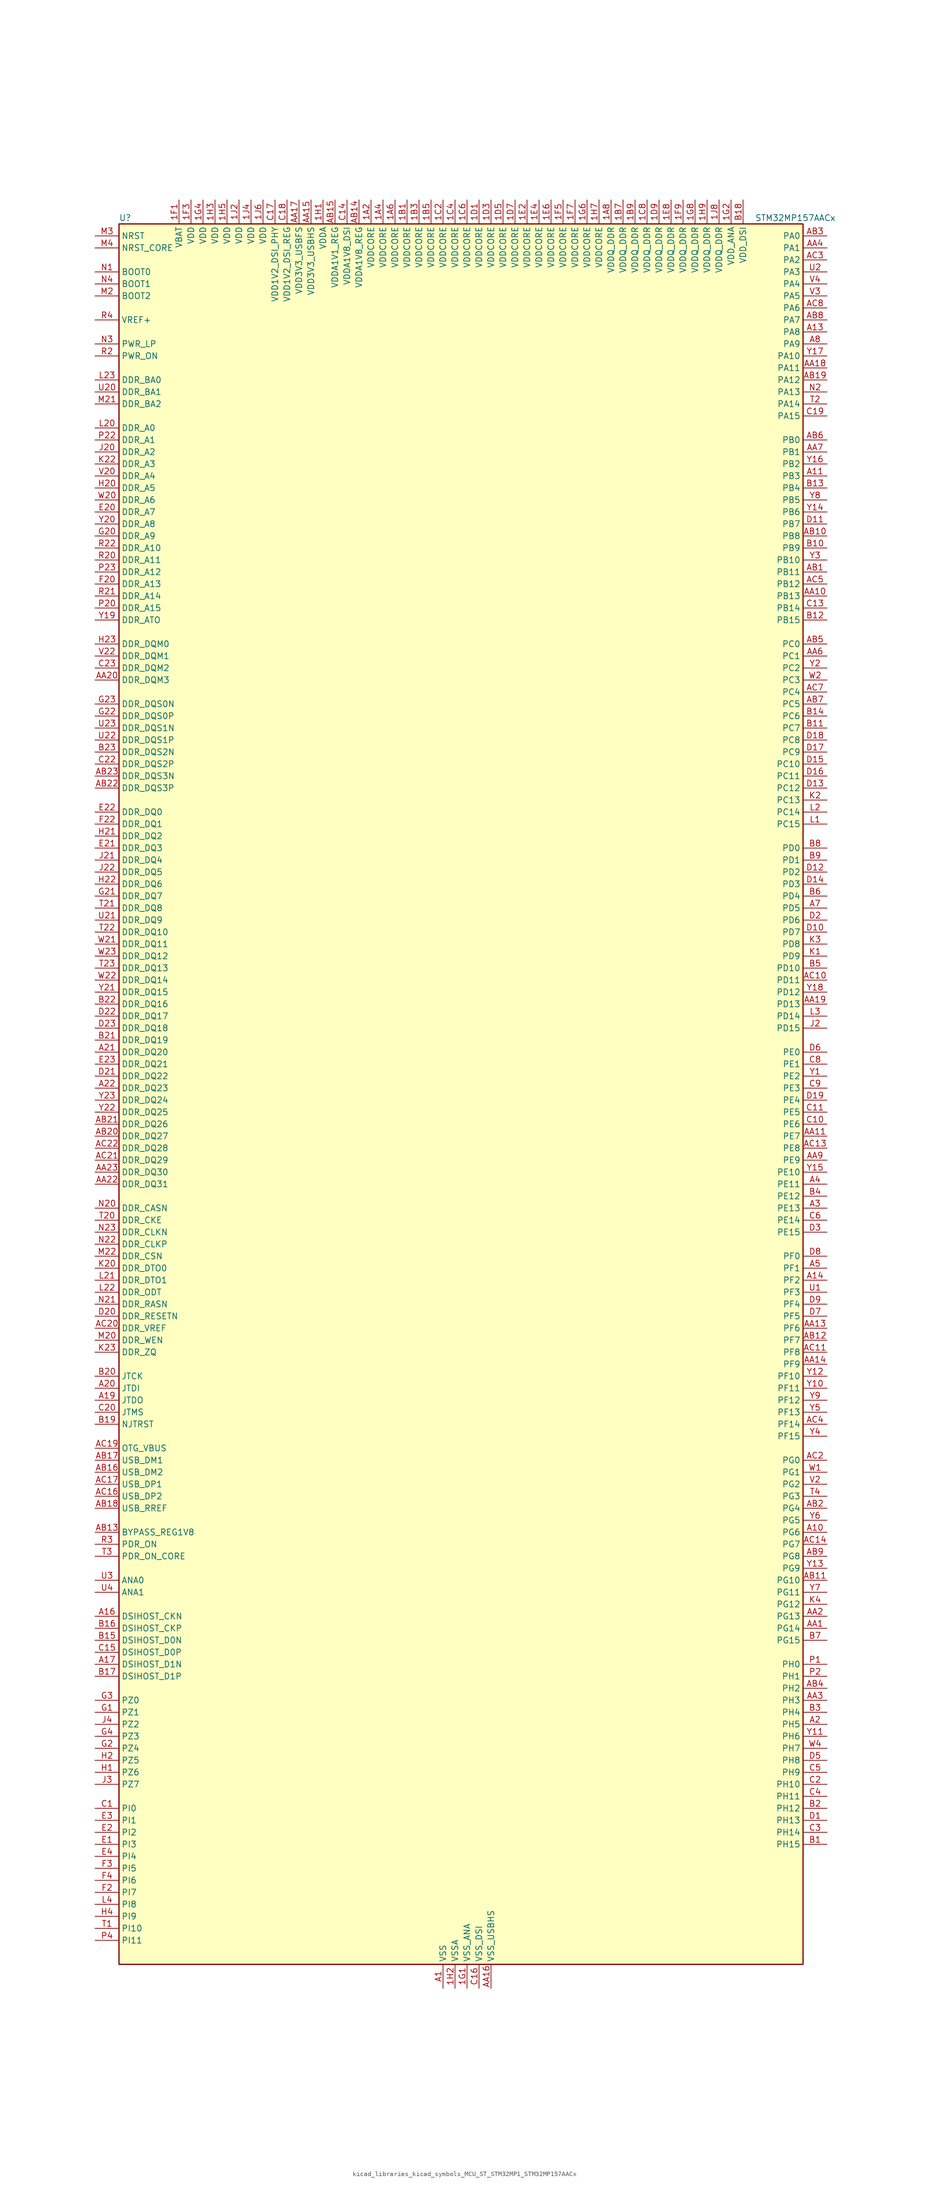
<source format=kicad_sym>
(kicad_symbol_lib
  (version 20220914)
  (generator kicad_symbol_editor)
  (symbol "kicad_libraries_kicad_symbols_MCU_ST_STM32MP1_STM32MP157AACx"
    (property "Reference" "U"
      (at -71.12 186.69 0)
      (effects (font (size 1.27 1.27)) (justify left)))
    (property "Value" "STM32MP157AACx"
      (at 63.5 186.69 0)
      (effects (font (size 1.27 1.27)) (justify left)))
    (property "ki_locked" ""
      (at 0 0 0)
      (effects (font (size 1.27 1.27))))
    (symbol "kicad_libraries_kicad_symbols_MCU_ST_STM32MP1_STM32MP157AACx_0_1"
      (rectangle (start -71.12 -182.88) (end 73.66 185.42) (stroke (width 0.254) (type default)) (fill (type background))))
    (symbol "kicad_libraries_kicad_symbols_MCU_ST_STM32MP1_STM32MP157AACx_1_1"
      (pin power_in line (at -17.78 190.5 270) (length 5.08) (name "VDDCORE" (effects (font (size 1.27 1.27)))) (number "1A2" (effects (font (size 1.27 1.27)))))
      (pin passive line (at -2.54 -187.96 90) (length 5.08) hide (name "VSS" (effects (font (size 1.27 1.27)))) (number "1A3" (effects (font (size 1.27 1.27)))))
      (pin power_in line (at -15.24 190.5 270) (length 5.08) (name "VDDCORE" (effects (font (size 1.27 1.27)))) (number "1A4" (effects (font (size 1.27 1.27)))))
      (pin passive line (at -2.54 -187.96 90) (length 5.08) hide (name "VSS" (effects (font (size 1.27 1.27)))) (number "1A5" (effects (font (size 1.27 1.27)))))
      (pin power_in line (at -12.7 190.5 270) (length 5.08) (name "VDDCORE" (effects (font (size 1.27 1.27)))) (number "1A6" (effects (font (size 1.27 1.27)))))
      (pin passive line (at -2.54 -187.96 90) (length 5.08) hide (name "VSS" (effects (font (size 1.27 1.27)))) (number "1A7" (effects (font (size 1.27 1.27)))))
      (pin power_in line (at 33.02 190.5 270) (length 5.08) (name "VDDQ_DDR" (effects (font (size 1.27 1.27)))) (number "1A8" (effects (font (size 1.27 1.27)))))
      (pin power_in line (at -10.16 190.5 270) (length 5.08) (name "VDDCORE" (effects (font (size 1.27 1.27)))) (number "1B1" (effects (font (size 1.27 1.27)))))
      (pin passive line (at -2.54 -187.96 90) (length 5.08) hide (name "VSS" (effects (font (size 1.27 1.27)))) (number "1B2" (effects (font (size 1.27 1.27)))))
      (pin power_in line (at -7.62 190.5 270) (length 5.08) (name "VDDCORE" (effects (font (size 1.27 1.27)))) (number "1B3" (effects (font (size 1.27 1.27)))))
      (pin passive line (at -2.54 -187.96 90) (length 5.08) hide (name "VSS" (effects (font (size 1.27 1.27)))) (number "1B4" (effects (font (size 1.27 1.27)))))
      (pin power_in line (at -5.08 190.5 270) (length 5.08) (name "VDDCORE" (effects (font (size 1.27 1.27)))) (number "1B5" (effects (font (size 1.27 1.27)))))
      (pin passive line (at -2.54 -187.96 90) (length 5.08) hide (name "VSS" (effects (font (size 1.27 1.27)))) (number "1B6" (effects (font (size 1.27 1.27)))))
      (pin power_in line (at 35.56 190.5 270) (length 5.08) (name "VDDQ_DDR" (effects (font (size 1.27 1.27)))) (number "1B7" (effects (font (size 1.27 1.27)))))
      (pin passive line (at -2.54 -187.96 90) (length 5.08) hide (name "VSS" (effects (font (size 1.27 1.27)))) (number "1B8" (effects (font (size 1.27 1.27)))))
      (pin power_in line (at 38.1 190.5 270) (length 5.08) (name "VDDQ_DDR" (effects (font (size 1.27 1.27)))) (number "1B9" (effects (font (size 1.27 1.27)))))
      (pin passive line (at -2.54 -187.96 90) (length 5.08) hide (name "VSS" (effects (font (size 1.27 1.27)))) (number "1C1" (effects (font (size 1.27 1.27)))))
      (pin power_in line (at -2.54 190.5 270) (length 5.08) (name "VDDCORE" (effects (font (size 1.27 1.27)))) (number "1C2" (effects (font (size 1.27 1.27)))))
      (pin passive line (at -2.54 -187.96 90) (length 5.08) hide (name "VSS" (effects (font (size 1.27 1.27)))) (number "1C3" (effects (font (size 1.27 1.27)))))
      (pin power_in line (at 0 190.5 270) (length 5.08) (name "VDDCORE" (effects (font (size 1.27 1.27)))) (number "1C4" (effects (font (size 1.27 1.27)))))
      (pin passive line (at -2.54 -187.96 90) (length 5.08) hide (name "VSS" (effects (font (size 1.27 1.27)))) (number "1C5" (effects (font (size 1.27 1.27)))))
      (pin power_in line (at 2.54 190.5 270) (length 5.08) (name "VDDCORE" (effects (font (size 1.27 1.27)))) (number "1C6" (effects (font (size 1.27 1.27)))))
      (pin passive line (at -2.54 -187.96 90) (length 5.08) hide (name "VSS" (effects (font (size 1.27 1.27)))) (number "1C7" (effects (font (size 1.27 1.27)))))
      (pin power_in line (at 40.64 190.5 270) (length 5.08) (name "VDDQ_DDR" (effects (font (size 1.27 1.27)))) (number "1C8" (effects (font (size 1.27 1.27)))))
      (pin passive line (at -2.54 -187.96 90) (length 5.08) hide (name "VSS" (effects (font (size 1.27 1.27)))) (number "1C9" (effects (font (size 1.27 1.27)))))
      (pin power_in line (at 5.08 190.5 270) (length 5.08) (name "VDDCORE" (effects (font (size 1.27 1.27)))) (number "1D1" (effects (font (size 1.27 1.27)))))
      (pin passive line (at -2.54 -187.96 90) (length 5.08) hide (name "VSS" (effects (font (size 1.27 1.27)))) (number "1D2" (effects (font (size 1.27 1.27)))))
      (pin power_in line (at 7.62 190.5 270) (length 5.08) (name "VDDCORE" (effects (font (size 1.27 1.27)))) (number "1D3" (effects (font (size 1.27 1.27)))))
      (pin passive line (at -2.54 -187.96 90) (length 5.08) hide (name "VSS" (effects (font (size 1.27 1.27)))) (number "1D4" (effects (font (size 1.27 1.27)))))
      (pin power_in line (at 10.16 190.5 270) (length 5.08) (name "VDDCORE" (effects (font (size 1.27 1.27)))) (number "1D5" (effects (font (size 1.27 1.27)))))
      (pin passive line (at -2.54 -187.96 90) (length 5.08) hide (name "VSS" (effects (font (size 1.27 1.27)))) (number "1D6" (effects (font (size 1.27 1.27)))))
      (pin power_in line (at 12.7 190.5 270) (length 5.08) (name "VDDCORE" (effects (font (size 1.27 1.27)))) (number "1D7" (effects (font (size 1.27 1.27)))))
      (pin passive line (at -2.54 -187.96 90) (length 5.08) hide (name "VSS" (effects (font (size 1.27 1.27)))) (number "1D8" (effects (font (size 1.27 1.27)))))
      (pin power_in line (at 43.18 190.5 270) (length 5.08) (name "VDDQ_DDR" (effects (font (size 1.27 1.27)))) (number "1D9" (effects (font (size 1.27 1.27)))))
      (pin passive line (at -2.54 -187.96 90) (length 5.08) hide (name "VSS" (effects (font (size 1.27 1.27)))) (number "1E1" (effects (font (size 1.27 1.27)))))
      (pin power_in line (at 15.24 190.5 270) (length 5.08) (name "VDDCORE" (effects (font (size 1.27 1.27)))) (number "1E2" (effects (font (size 1.27 1.27)))))
      (pin passive line (at -2.54 -187.96 90) (length 5.08) hide (name "VSS" (effects (font (size 1.27 1.27)))) (number "1E3" (effects (font (size 1.27 1.27)))))
      (pin power_in line (at 17.78 190.5 270) (length 5.08) (name "VDDCORE" (effects (font (size 1.27 1.27)))) (number "1E4" (effects (font (size 1.27 1.27)))))
      (pin passive line (at -2.54 -187.96 90) (length 5.08) hide (name "VSS" (effects (font (size 1.27 1.27)))) (number "1E5" (effects (font (size 1.27 1.27)))))
      (pin power_in line (at 20.32 190.5 270) (length 5.08) (name "VDDCORE" (effects (font (size 1.27 1.27)))) (number "1E6" (effects (font (size 1.27 1.27)))))
      (pin passive line (at -2.54 -187.96 90) (length 5.08) hide (name "VSS" (effects (font (size 1.27 1.27)))) (number "1E7" (effects (font (size 1.27 1.27)))))
      (pin power_in line (at 45.72 190.5 270) (length 5.08) (name "VDDQ_DDR" (effects (font (size 1.27 1.27)))) (number "1E8" (effects (font (size 1.27 1.27)))))
      (pin passive line (at -2.54 -187.96 90) (length 5.08) hide (name "VSS" (effects (font (size 1.27 1.27)))) (number "1E9" (effects (font (size 1.27 1.27)))))
      (pin power_in line (at -58.42 190.5 270) (length 5.08) (name "VBAT" (effects (font (size 1.27 1.27)))) (number "1F1" (effects (font (size 1.27 1.27)))))
      (pin passive line (at -2.54 -187.96 90) (length 5.08) hide (name "VSS" (effects (font (size 1.27 1.27)))) (number "1F2" (effects (font (size 1.27 1.27)))))
      (pin power_in line (at -55.88 190.5 270) (length 5.08) (name "VDD" (effects (font (size 1.27 1.27)))) (number "1F3" (effects (font (size 1.27 1.27)))))
      (pin passive line (at -2.54 -187.96 90) (length 5.08) hide (name "VSS" (effects (font (size 1.27 1.27)))) (number "1F4" (effects (font (size 1.27 1.27)))))
      (pin power_in line (at 22.86 190.5 270) (length 5.08) (name "VDDCORE" (effects (font (size 1.27 1.27)))) (number "1F5" (effects (font (size 1.27 1.27)))))
      (pin passive line (at -2.54 -187.96 90) (length 5.08) hide (name "VSS" (effects (font (size 1.27 1.27)))) (number "1F6" (effects (font (size 1.27 1.27)))))
      (pin power_in line (at 25.4 190.5 270) (length 5.08) (name "VDDCORE" (effects (font (size 1.27 1.27)))) (number "1F7" (effects (font (size 1.27 1.27)))))
      (pin passive line (at -2.54 -187.96 90) (length 5.08) hide (name "VSS" (effects (font (size 1.27 1.27)))) (number "1F8" (effects (font (size 1.27 1.27)))))
      (pin power_in line (at 48.26 190.5 270) (length 5.08) (name "VDDQ_DDR" (effects (font (size 1.27 1.27)))) (number "1F9" (effects (font (size 1.27 1.27)))))
      (pin power_in line (at 2.54 -187.96 90) (length 5.08) (name "VSS_ANA" (effects (font (size 1.27 1.27)))) (number "1G1" (effects (font (size 1.27 1.27)))))
      (pin power_in line (at 58.42 190.5 270) (length 5.08) (name "VDD_ANA" (effects (font (size 1.27 1.27)))) (number "1G2" (effects (font (size 1.27 1.27)))))
      (pin passive line (at -2.54 -187.96 90) (length 5.08) hide (name "VSS" (effects (font (size 1.27 1.27)))) (number "1G3" (effects (font (size 1.27 1.27)))))
      (pin power_in line (at -53.34 190.5 270) (length 5.08) (name "VDD" (effects (font (size 1.27 1.27)))) (number "1G4" (effects (font (size 1.27 1.27)))))
      (pin passive line (at -2.54 -187.96 90) (length 5.08) hide (name "VSS" (effects (font (size 1.27 1.27)))) (number "1G5" (effects (font (size 1.27 1.27)))))
      (pin power_in line (at 27.94 190.5 270) (length 5.08) (name "VDDCORE" (effects (font (size 1.27 1.27)))) (number "1G6" (effects (font (size 1.27 1.27)))))
      (pin passive line (at -2.54 -187.96 90) (length 5.08) hide (name "VSS" (effects (font (size 1.27 1.27)))) (number "1G7" (effects (font (size 1.27 1.27)))))
      (pin power_in line (at 50.8 190.5 270) (length 5.08) (name "VDDQ_DDR" (effects (font (size 1.27 1.27)))) (number "1G8" (effects (font (size 1.27 1.27)))))
      (pin passive line (at -2.54 -187.96 90) (length 5.08) hide (name "VSS" (effects (font (size 1.27 1.27)))) (number "1G9" (effects (font (size 1.27 1.27)))))
      (pin power_in line (at -27.94 190.5 270) (length 5.08) (name "VDDA" (effects (font (size 1.27 1.27)))) (number "1H1" (effects (font (size 1.27 1.27)))))
      (pin power_in line (at 0 -187.96 90) (length 5.08) (name "VSSA" (effects (font (size 1.27 1.27)))) (number "1H2" (effects (font (size 1.27 1.27)))))
      (pin power_in line (at -50.8 190.5 270) (length 5.08) (name "VDD" (effects (font (size 1.27 1.27)))) (number "1H3" (effects (font (size 1.27 1.27)))))
      (pin passive line (at -2.54 -187.96 90) (length 5.08) hide (name "VSS" (effects (font (size 1.27 1.27)))) (number "1H4" (effects (font (size 1.27 1.27)))))
      (pin power_in line (at -48.26 190.5 270) (length 5.08) (name "VDD" (effects (font (size 1.27 1.27)))) (number "1H5" (effects (font (size 1.27 1.27)))))
      (pin passive line (at -2.54 -187.96 90) (length 5.08) hide (name "VSS" (effects (font (size 1.27 1.27)))) (number "1H6" (effects (font (size 1.27 1.27)))))
      (pin power_in line (at 30.48 190.5 270) (length 5.08) (name "VDDCORE" (effects (font (size 1.27 1.27)))) (number "1H7" (effects (font (size 1.27 1.27)))))
      (pin passive line (at -2.54 -187.96 90) (length 5.08) hide (name "VSS" (effects (font (size 1.27 1.27)))) (number "1H8" (effects (font (size 1.27 1.27)))))
      (pin power_in line (at 53.34 190.5 270) (length 5.08) (name "VDDQ_DDR" (effects (font (size 1.27 1.27)))) (number "1H9" (effects (font (size 1.27 1.27)))))
      (pin power_in line (at -45.72 190.5 270) (length 5.08) (name "VDD" (effects (font (size 1.27 1.27)))) (number "1J2" (effects (font (size 1.27 1.27)))))
      (pin passive line (at -2.54 -187.96 90) (length 5.08) hide (name "VSS" (effects (font (size 1.27 1.27)))) (number "1J3" (effects (font (size 1.27 1.27)))))
      (pin power_in line (at -43.18 190.5 270) (length 5.08) (name "VDD" (effects (font (size 1.27 1.27)))) (number "1J4" (effects (font (size 1.27 1.27)))))
      (pin passive line (at -2.54 -187.96 90) (length 5.08) hide (name "VSS" (effects (font (size 1.27 1.27)))) (number "1J5" (effects (font (size 1.27 1.27)))))
      (pin power_in line (at -40.64 190.5 270) (length 5.08) (name "VDD" (effects (font (size 1.27 1.27)))) (number "1J6" (effects (font (size 1.27 1.27)))))
      (pin passive line (at -2.54 -187.96 90) (length 5.08) hide (name "VSS" (effects (font (size 1.27 1.27)))) (number "1J7" (effects (font (size 1.27 1.27)))))
      (pin power_in line (at 55.88 190.5 270) (length 5.08) (name "VDDQ_DDR" (effects (font (size 1.27 1.27)))) (number "1J8" (effects (font (size 1.27 1.27)))))
      (pin power_in line (at -2.54 -187.96 90) (length 5.08) (name "VSS" (effects (font (size 1.27 1.27)))) (number "A1" (effects (font (size 1.27 1.27)))))
      (pin bidirectional line (at 78.74 -91.44 180) (length 5.08) (name "PG6" (effects (font (size 1.27 1.27)))) (number "A10" (effects (font (size 1.27 1.27)))) (alternate "DCMI_D12" bidirectional line) (alternate "DEBUG_TRACED14" bidirectional line) (alternate "LTDC_R7" bidirectional line) (alternate "SDMMC2_CMD" bidirectional line) (alternate "TIM17_BKIN" bidirectional line))
      (pin bidirectional line (at 78.74 132.08 180) (length 5.08) (name "PB3" (effects (font (size 1.27 1.27)))) (number "A11" (effects (font (size 1.27 1.27)))) (alternate "DEBUG_TRACED9" bidirectional line) (alternate "I2S1_CK" bidirectional line) (alternate "I2S3_CK" bidirectional line) (alternate "SAI4_CK1" bidirectional line) (alternate "SAI4_MCLK_A" bidirectional line) (alternate "SDMMC2_D2" bidirectional line) (alternate "SPI1_SCK" bidirectional line) (alternate "SPI3_SCK" bidirectional line) (alternate "SPI6_SCK" bidirectional line) (alternate "TIM2_CH2" bidirectional line) (alternate "UART7_RX" bidirectional line))
      (pin bidirectional line (at 78.74 162.56 180) (length 5.08) (name "PA8" (effects (font (size 1.27 1.27)))) (number "A13" (effects (font (size 1.27 1.27)))) (alternate "I2C3_SCL" bidirectional line) (alternate "I2S3_SDO" bidirectional line) (alternate "LTDC_R6" bidirectional line) (alternate "RCC_MCO_1" bidirectional line) (alternate "SAI4_SD_B" bidirectional line) (alternate "SDMMC2_CKIN" bidirectional line) (alternate "SDMMC2_D4" bidirectional line) (alternate "SPI3_MOSI" bidirectional line) (alternate "TIM1_CH1" bidirectional line) (alternate "TIM8_BKIN2" bidirectional line) (alternate "UART7_RX" bidirectional line) (alternate "USART1_CK" bidirectional line) (alternate "USB_OTG_HS_SOF" bidirectional line))
      (pin bidirectional line (at 78.74 -38.1 180) (length 5.08) (name "PF2" (effects (font (size 1.27 1.27)))) (number "A14" (effects (font (size 1.27 1.27)))) (alternate "FMC_A2" bidirectional line) (alternate "I2C2_SMBA" bidirectional line) (alternate "SDMMC1_D0DIR" bidirectional line) (alternate "SDMMC2_D0DIR" bidirectional line) (alternate "SDMMC3_D0DIR" bidirectional line))
      (pin bidirectional line (at -76.2 -109.22 0) (length 5.08) (name "DSIHOST_CKN" (effects (font (size 1.27 1.27)))) (number "A16" (effects (font (size 1.27 1.27)))) (alternate "DSIHOST_CKN" bidirectional line))
      (pin bidirectional line (at -76.2 -119.38 0) (length 5.08) (name "DSIHOST_D1N" (effects (font (size 1.27 1.27)))) (number "A17" (effects (font (size 1.27 1.27)))) (alternate "DSIHOST_D1N" bidirectional line))
      (pin bidirectional line (at -76.2 -63.5 0) (length 5.08) (name "JTDO" (effects (font (size 1.27 1.27)))) (number "A19" (effects (font (size 1.27 1.27)))) (alternate "DEBUG_JTDO-SWO" bidirectional line))
      (pin bidirectional line (at 78.74 -132.08 180) (length 5.08) (name "PH5" (effects (font (size 1.27 1.27)))) (number "A2" (effects (font (size 1.27 1.27)))) (alternate "I2C2_SDA" bidirectional line) (alternate "SAI4_SD_B" bidirectional line) (alternate "SPI5_NSS" bidirectional line))
      (pin bidirectional line (at -76.2 -60.96 0) (length 5.08) (name "JTDI" (effects (font (size 1.27 1.27)))) (number "A20" (effects (font (size 1.27 1.27)))) (alternate "DEBUG_JTDI" bidirectional line))
      (pin bidirectional line (at -76.2 10.16 0) (length 5.08) (name "DDR_DQ20" (effects (font (size 1.27 1.27)))) (number "A21" (effects (font (size 1.27 1.27)))) (alternate "DDR_DQ20" bidirectional line))
      (pin bidirectional line (at -76.2 2.54 0) (length 5.08) (name "DDR_DQ23" (effects (font (size 1.27 1.27)))) (number "A22" (effects (font (size 1.27 1.27)))) (alternate "DDR_DQ23" bidirectional line))
      (pin passive line (at -2.54 -187.96 90) (length 5.08) hide (name "VSS" (effects (font (size 1.27 1.27)))) (number "A23" (effects (font (size 1.27 1.27)))))
      (pin bidirectional line (at 78.74 -22.86 180) (length 5.08) (name "PE13" (effects (font (size 1.27 1.27)))) (number "A3" (effects (font (size 1.27 1.27)))) (alternate "DCMI_D6" bidirectional line) (alternate "DFSDM1_CKIN5" bidirectional line) (alternate "FMC_D10" bidirectional line) (alternate "FMC_DA10" bidirectional line) (alternate "HDP_HDP2" bidirectional line) (alternate "LTDC_DE" bidirectional line) (alternate "SAI2_FS_B" bidirectional line) (alternate "SPI4_MISO" bidirectional line) (alternate "TIM1_CH3" bidirectional line))
      (pin bidirectional line (at 78.74 -17.78 180) (length 5.08) (name "PE11" (effects (font (size 1.27 1.27)))) (number "A4" (effects (font (size 1.27 1.27)))) (alternate "ADC1_EXTI11" bidirectional line) (alternate "ADC2_EXTI11" bidirectional line) (alternate "DCMI_D4" bidirectional line) (alternate "DFSDM1_CKIN4" bidirectional line) (alternate "FMC_D8" bidirectional line) (alternate "FMC_DA8" bidirectional line) (alternate "LTDC_G3" bidirectional line) (alternate "SAI2_SD_B" bidirectional line) (alternate "SPI4_NSS" bidirectional line) (alternate "TIM1_CH2" bidirectional line) (alternate "USART6_CK" bidirectional line))
      (pin bidirectional line (at 78.74 -35.56 180) (length 5.08) (name "PF1" (effects (font (size 1.27 1.27)))) (number "A5" (effects (font (size 1.27 1.27)))) (alternate "FMC_A1" bidirectional line) (alternate "I2C2_SCL" bidirectional line) (alternate "SDMMC3_CDIR" bidirectional line) (alternate "SDMMC3_CMD" bidirectional line))
      (pin bidirectional line (at 78.74 40.64 180) (length 5.08) (name "PD5" (effects (font (size 1.27 1.27)))) (number "A7" (effects (font (size 1.27 1.27)))) (alternate "FMC_NWE" bidirectional line) (alternate "SDMMC3_D2" bidirectional line) (alternate "USART2_TX" bidirectional line))
      (pin bidirectional line (at 78.74 160.02 180) (length 5.08) (name "PA9" (effects (font (size 1.27 1.27)))) (number "A8" (effects (font (size 1.27 1.27)))) (alternate "DAC1_EXTI9" bidirectional line) (alternate "DCMI_D0" bidirectional line) (alternate "I2C3_SMBA" bidirectional line) (alternate "I2S2_CK" bidirectional line) (alternate "LTDC_R5" bidirectional line) (alternate "SDMMC2_CDIR" bidirectional line) (alternate "SDMMC2_D5" bidirectional line) (alternate "SPI2_SCK" bidirectional line) (alternate "TIM1_CH2" bidirectional line) (alternate "USART1_TX" bidirectional line))
      (pin bidirectional line (at 78.74 -111.76 180) (length 5.08) (name "PG14" (effects (font (size 1.27 1.27)))) (number "AA1" (effects (font (size 1.27 1.27)))) (alternate "DEBUG_TRACED1" bidirectional line) (alternate "ETH1_TXD1" bidirectional line) (alternate "FMC_A25" bidirectional line) (alternate "LPTIM1_ETR" bidirectional line) (alternate "LTDC_B0" bidirectional line) (alternate "QUADSPI_BK2_IO3" bidirectional line) (alternate "SAI4_D1" bidirectional line) (alternate "SAI4_SD_A" bidirectional line) (alternate "SPI6_MOSI" bidirectional line) (alternate "USART6_TX" bidirectional line))
      (pin bidirectional line (at 78.74 106.68 180) (length 5.08) (name "PB13" (effects (font (size 1.27 1.27)))) (number "AA10" (effects (font (size 1.27 1.27)))) (alternate "DFSDM1_CKIN1" bidirectional line) (alternate "DFSDM1_CKOUT" bidirectional line) (alternate "ETH1_TXD1" bidirectional line) (alternate "FDCAN2_TX" bidirectional line) (alternate "I2S2_CK" bidirectional line) (alternate "LPTIM2_OUT" bidirectional line) (alternate "SPI2_SCK" bidirectional line) (alternate "TIM1_CH1N" bidirectional line) (alternate "UART5_TX" bidirectional line) (alternate "USART3_CTS" bidirectional line) (alternate "USART3_NSS" bidirectional line))
      (pin bidirectional line (at 78.74 -7.62 180) (length 5.08) (name "PE7" (effects (font (size 1.27 1.27)))) (number "AA11" (effects (font (size 1.27 1.27)))) (alternate "DFSDM1_DATIN2" bidirectional line) (alternate "FMC_D4" bidirectional line) (alternate "FMC_DA4" bidirectional line) (alternate "QUADSPI_BK2_IO0" bidirectional line) (alternate "TIM1_ETR" bidirectional line) (alternate "TIM3_ETR" bidirectional line) (alternate "UART7_RX" bidirectional line))
      (pin passive line (at -2.54 -187.96 90) (length 5.08) hide (name "VSS" (effects (font (size 1.27 1.27)))) (number "AA12" (effects (font (size 1.27 1.27)))))
      (pin bidirectional line (at 78.74 -48.26 180) (length 5.08) (name "PF6" (effects (font (size 1.27 1.27)))) (number "AA13" (effects (font (size 1.27 1.27)))) (alternate "QUADSPI_BK1_IO3" bidirectional line) (alternate "SAI1_SD_B" bidirectional line) (alternate "SAI4_SCK_B" bidirectional line) (alternate "SPI5_NSS" bidirectional line) (alternate "TIM16_CH1" bidirectional line) (alternate "UART7_RX" bidirectional line))
      (pin bidirectional line (at 78.74 -55.88 180) (length 5.08) (name "PF9" (effects (font (size 1.27 1.27)))) (number "AA14" (effects (font (size 1.27 1.27)))) (alternate "DAC1_EXTI9" bidirectional line) (alternate "DEBUG_TRACED13" bidirectional line) (alternate "QUADSPI_BK1_IO1" bidirectional line) (alternate "SAI1_FS_B" bidirectional line) (alternate "SPI5_MOSI" bidirectional line) (alternate "TIM14_CH1" bidirectional line) (alternate "TIM17_CH1N" bidirectional line) (alternate "UART7_CTS" bidirectional line))
      (pin power_in line (at -30.48 190.5 270) (length 5.08) (name "VDD3V3_USBHS" (effects (font (size 1.27 1.27)))) (number "AA15" (effects (font (size 1.27 1.27)))))
      (pin power_in line (at 7.62 -187.96 90) (length 5.08) (name "VSS_USBHS" (effects (font (size 1.27 1.27)))) (number "AA16" (effects (font (size 1.27 1.27)))))
      (pin power_in line (at -33.02 190.5 270) (length 5.08) (name "VDD3V3_USBFS" (effects (font (size 1.27 1.27)))) (number "AA17" (effects (font (size 1.27 1.27)))))
      (pin bidirectional line (at 78.74 154.94 180) (length 5.08) (name "PA11" (effects (font (size 1.27 1.27)))) (number "AA18" (effects (font (size 1.27 1.27)))) (alternate "ADC1_EXTI11" bidirectional line) (alternate "ADC2_EXTI11" bidirectional line) (alternate "FDCAN1_RX" bidirectional line) (alternate "I2C5_SCL" bidirectional line) (alternate "I2C6_SCL" bidirectional line) (alternate "I2S2_WS" bidirectional line) (alternate "LTDC_R4" bidirectional line) (alternate "SPI2_NSS" bidirectional line) (alternate "TIM1_CH4" bidirectional line) (alternate "UART4_RX" bidirectional line) (alternate "USART1_CTS" bidirectional line) (alternate "USART1_NSS" bidirectional line))
      (pin bidirectional line (at 78.74 20.32 180) (length 5.08) (name "PD13" (effects (font (size 1.27 1.27)))) (number "AA19" (effects (font (size 1.27 1.27)))) (alternate "DSIHOST_TE" bidirectional line) (alternate "FMC_A18" bidirectional line) (alternate "I2C1_SDA" bidirectional line) (alternate "I2C4_SDA" bidirectional line) (alternate "I2S3_MCK" bidirectional line) (alternate "LPTIM1_OUT" bidirectional line) (alternate "QUADSPI_BK1_IO3" bidirectional line) (alternate "SAI2_SCK_A" bidirectional line) (alternate "TIM4_CH2" bidirectional line))
      (pin bidirectional line (at 78.74 -109.22 180) (length 5.08) (name "PG13" (effects (font (size 1.27 1.27)))) (number "AA2" (effects (font (size 1.27 1.27)))) (alternate "DEBUG_TRACED0" bidirectional line) (alternate "ETH1_TXD0" bidirectional line) (alternate "FMC_A24" bidirectional line) (alternate "LPTIM1_OUT" bidirectional line) (alternate "LTDC_R0" bidirectional line) (alternate "SAI1_CK2" bidirectional line) (alternate "SAI1_SCK_A" bidirectional line) (alternate "SAI4_CK1" bidirectional line) (alternate "SAI4_MCLK_A" bidirectional line) (alternate "SPI6_SCK" bidirectional line) (alternate "USART6_CTS" bidirectional line) (alternate "USART6_NSS" bidirectional line))
      (pin bidirectional line (at -76.2 88.9 0) (length 5.08) (name "DDR_DQM3" (effects (font (size 1.27 1.27)))) (number "AA20" (effects (font (size 1.27 1.27)))) (alternate "DDR_DQM3" bidirectional line))
      (pin passive line (at -2.54 -187.96 90) (length 5.08) hide (name "VSS" (effects (font (size 1.27 1.27)))) (number "AA21" (effects (font (size 1.27 1.27)))))
      (pin bidirectional line (at -76.2 -17.78 0) (length 5.08) (name "DDR_DQ31" (effects (font (size 1.27 1.27)))) (number "AA22" (effects (font (size 1.27 1.27)))) (alternate "DDR_DQ31" bidirectional line))
      (pin bidirectional line (at -76.2 -15.24 0) (length 5.08) (name "DDR_DQ30" (effects (font (size 1.27 1.27)))) (number "AA23" (effects (font (size 1.27 1.27)))) (alternate "DDR_DQ30" bidirectional line))
      (pin bidirectional line (at 78.74 -127 180) (length 5.08) (name "PH3" (effects (font (size 1.27 1.27)))) (number "AA3" (effects (font (size 1.27 1.27)))) (alternate "DFSDM1_CKIN4" bidirectional line) (alternate "ETH1_COL" bidirectional line) (alternate "LTDC_R1" bidirectional line) (alternate "QUADSPI_BK2_IO1" bidirectional line) (alternate "SAI2_MCLK_B" bidirectional line))
      (pin bidirectional line (at 78.74 180.34 180) (length 5.08) (name "PA1" (effects (font (size 1.27 1.27)))) (number "AA4" (effects (font (size 1.27 1.27)))) (alternate "ADC1_INN16" bidirectional line) (alternate "ADC1_INP17" bidirectional line) (alternate "ETH1_CLK" bidirectional line) (alternate "ETH1_REF_CLK" bidirectional line) (alternate "ETH1_RX_CLK" bidirectional line) (alternate "LPTIM3_OUT" bidirectional line) (alternate "LTDC_R2" bidirectional line) (alternate "QUADSPI_BK1_IO3" bidirectional line) (alternate "SAI2_MCLK_B" bidirectional line) (alternate "TIM15_CH1N" bidirectional line) (alternate "TIM2_CH2" bidirectional line) (alternate "TIM5_CH2" bidirectional line) (alternate "UART4_RX" bidirectional line) (alternate "USART2_DE" bidirectional line) (alternate "USART2_RTS" bidirectional line))
      (pin passive line (at -2.54 -187.96 90) (length 5.08) hide (name "VSS" (effects (font (size 1.27 1.27)))) (number "AA5" (effects (font (size 1.27 1.27)))))
      (pin bidirectional line (at 78.74 93.98 180) (length 5.08) (name "PC1" (effects (font (size 1.27 1.27)))) (number "AA6" (effects (font (size 1.27 1.27)))) (alternate "ADC1_INN10" bidirectional line) (alternate "ADC1_INP11" bidirectional line) (alternate "ADC2_INN10" bidirectional line) (alternate "ADC2_INP11" bidirectional line) (alternate "DEBUG_TRACED0" bidirectional line) (alternate "DFSDM1_CKIN4" bidirectional line) (alternate "DFSDM1_DATIN0" bidirectional line) (alternate "ETH1_MDC" bidirectional line) (alternate "I2S2_SDO" bidirectional line) (alternate "PWR_WKUP6" bidirectional line) (alternate "SAI1_D1" bidirectional line) (alternate "SAI1_SD_A" bidirectional line) (alternate "SDMMC2_CK" bidirectional line) (alternate "SPI2_MOSI" bidirectional line) (alternate "TAMP_IN3" bidirectional line))
      (pin bidirectional line (at 78.74 137.16 180) (length 5.08) (name "PB1" (effects (font (size 1.27 1.27)))) (number "AA7" (effects (font (size 1.27 1.27)))) (alternate "ADC1_INP5" bidirectional line) (alternate "ADC2_INP5" bidirectional line) (alternate "DFSDM1_DATIN1" bidirectional line) (alternate "ETH1_RXD3" bidirectional line) (alternate "LTDC_G0" bidirectional line) (alternate "LTDC_R6" bidirectional line) (alternate "TIM1_CH3N" bidirectional line) (alternate "TIM3_CH4" bidirectional line) (alternate "TIM8_CH3N" bidirectional line))
      (pin passive line (at -2.54 -187.96 90) (length 5.08) hide (name "VSS" (effects (font (size 1.27 1.27)))) (number "AA8" (effects (font (size 1.27 1.27)))))
      (pin bidirectional line (at 78.74 -12.7 180) (length 5.08) (name "PE9" (effects (font (size 1.27 1.27)))) (number "AA9" (effects (font (size 1.27 1.27)))) (alternate "DAC1_EXTI9" bidirectional line) (alternate "DFSDM1_CKOUT" bidirectional line) (alternate "FMC_D6" bidirectional line) (alternate "FMC_DA6" bidirectional line) (alternate "QUADSPI_BK2_IO2" bidirectional line) (alternate "TIM1_CH1" bidirectional line) (alternate "UART7_DE" bidirectional line) (alternate "UART7_RTS" bidirectional line))
      (pin bidirectional line (at 78.74 111.76 180) (length 5.08) (name "PB11" (effects (font (size 1.27 1.27)))) (number "AB1" (effects (font (size 1.27 1.27)))) (alternate "ADC1_EXTI11" bidirectional line) (alternate "ADC2_EXTI11" bidirectional line) (alternate "DFSDM1_CKIN7" bidirectional line) (alternate "DSIHOST_TE" bidirectional line) (alternate "ETH1_TX_CTL" bidirectional line) (alternate "ETH1_TX_EN" bidirectional line) (alternate "I2C2_SDA" bidirectional line) (alternate "LPTIM2_ETR" bidirectional line) (alternate "LTDC_G5" bidirectional line) (alternate "TIM2_CH4" bidirectional line) (alternate "USART3_RX" bidirectional line))
      (pin bidirectional line (at 78.74 119.38 180) (length 5.08) (name "PB8" (effects (font (size 1.27 1.27)))) (number "AB10" (effects (font (size 1.27 1.27)))) (alternate "DCMI_D6" bidirectional line) (alternate "DFSDM1_CKIN7" bidirectional line) (alternate "ETH1_TXD3" bidirectional line) (alternate "FDCAN1_RX" bidirectional line) (alternate "HDP_HDP6" bidirectional line) (alternate "I2C1_SCL" bidirectional line) (alternate "I2C4_SCL" bidirectional line) (alternate "LTDC_B6" bidirectional line) (alternate "SDMMC1_CKIN" bidirectional line) (alternate "SDMMC1_D4" bidirectional line) (alternate "SDMMC2_CKIN" bidirectional line) (alternate "SDMMC2_D4" bidirectional line) (alternate "TIM16_CH1" bidirectional line) (alternate "TIM4_CH3" bidirectional line) (alternate "UART4_RX" bidirectional line))
      (pin bidirectional line (at 78.74 -101.6 180) (length 5.08) (name "PG10" (effects (font (size 1.27 1.27)))) (number "AB11" (effects (font (size 1.27 1.27)))) (alternate "DCMI_D2" bidirectional line) (alternate "DEBUG_TRACED10" bidirectional line) (alternate "FMC_NE3" bidirectional line) (alternate "LTDC_B2" bidirectional line) (alternate "LTDC_G3" bidirectional line) (alternate "QUADSPI_BK2_IO2" bidirectional line) (alternate "SAI2_SD_B" bidirectional line) (alternate "UART8_CTS" bidirectional line))
      (pin bidirectional line (at 78.74 -50.8 180) (length 5.08) (name "PF7" (effects (font (size 1.27 1.27)))) (number "AB12" (effects (font (size 1.27 1.27)))) (alternate "QUADSPI_BK1_IO2" bidirectional line) (alternate "SAI1_MCLK_B" bidirectional line) (alternate "SPI5_SCK" bidirectional line) (alternate "TIM17_CH1" bidirectional line) (alternate "UART7_TX" bidirectional line))
      (pin bidirectional line (at -76.2 -91.44 0) (length 5.08) (name "BYPASS_REG1V8" (effects (font (size 1.27 1.27)))) (number "AB13" (effects (font (size 1.27 1.27)))))
      (pin power_in line (at -20.32 190.5 270) (length 5.08) (name "VDDA1V8_REG" (effects (font (size 1.27 1.27)))) (number "AB14" (effects (font (size 1.27 1.27)))))
      (pin power_in line (at -25.4 190.5 270) (length 5.08) (name "VDDA1V1_REG" (effects (font (size 1.27 1.27)))) (number "AB15" (effects (font (size 1.27 1.27)))))
      (pin bidirectional line (at -76.2 -78.74 0) (length 5.08) (name "USB_DM2" (effects (font (size 1.27 1.27)))) (number "AB16" (effects (font (size 1.27 1.27)))) (alternate "USBH_HS2_DM" bidirectional line) (alternate "USB_OTG_HS_DM" bidirectional line))
      (pin bidirectional line (at -76.2 -76.2 0) (length 5.08) (name "USB_DM1" (effects (font (size 1.27 1.27)))) (number "AB17" (effects (font (size 1.27 1.27)))) (alternate "USBH_HS1_DM" bidirectional line))
      (pin bidirectional line (at -76.2 -86.36 0) (length 5.08) (name "USB_RREF" (effects (font (size 1.27 1.27)))) (number "AB18" (effects (font (size 1.27 1.27)))))
      (pin bidirectional line (at 78.74 152.4 180) (length 5.08) (name "PA12" (effects (font (size 1.27 1.27)))) (number "AB19" (effects (font (size 1.27 1.27)))) (alternate "FDCAN1_TX" bidirectional line) (alternate "I2C5_SDA" bidirectional line) (alternate "I2C6_SDA" bidirectional line) (alternate "LTDC_R5" bidirectional line) (alternate "SAI2_FS_B" bidirectional line) (alternate "TIM1_ETR" bidirectional line) (alternate "UART4_TX" bidirectional line) (alternate "USART1_DE" bidirectional line) (alternate "USART1_RTS" bidirectional line))
      (pin bidirectional line (at 78.74 -86.36 180) (length 5.08) (name "PG4" (effects (font (size 1.27 1.27)))) (number "AB2" (effects (font (size 1.27 1.27)))) (alternate "ETH1_GTX_CLK" bidirectional line) (alternate "FMC_A14" bidirectional line) (alternate "TIM1_BKIN2" bidirectional line))
      (pin bidirectional line (at -76.2 -7.62 0) (length 5.08) (name "DDR_DQ27" (effects (font (size 1.27 1.27)))) (number "AB20" (effects (font (size 1.27 1.27)))) (alternate "DDR_DQ27" bidirectional line))
      (pin bidirectional line (at -76.2 -5.08 0) (length 5.08) (name "DDR_DQ26" (effects (font (size 1.27 1.27)))) (number "AB21" (effects (font (size 1.27 1.27)))) (alternate "DDR_DQ26" bidirectional line))
      (pin bidirectional line (at -76.2 66.04 0) (length 5.08) (name "DDR_DQS3P" (effects (font (size 1.27 1.27)))) (number "AB22" (effects (font (size 1.27 1.27)))) (alternate "DDR_DQS3P" bidirectional line))
      (pin bidirectional line (at -76.2 68.58 0) (length 5.08) (name "DDR_DQS3N" (effects (font (size 1.27 1.27)))) (number "AB23" (effects (font (size 1.27 1.27)))) (alternate "DDR_DQS3N" bidirectional line))
      (pin bidirectional line (at 78.74 182.88 180) (length 5.08) (name "PA0" (effects (font (size 1.27 1.27)))) (number "AB3" (effects (font (size 1.27 1.27)))) (alternate "ADC1_INP16" bidirectional line) (alternate "ETH1_CRS" bidirectional line) (alternate "PWR_WKUP1" bidirectional line) (alternate "SAI2_SD_B" bidirectional line) (alternate "SDMMC2_CMD" bidirectional line) (alternate "TIM15_BKIN" bidirectional line) (alternate "TIM2_CH1" bidirectional line) (alternate "TIM2_ETR" bidirectional line) (alternate "TIM5_CH1" bidirectional line) (alternate "TIM8_ETR" bidirectional line) (alternate "UART4_TX" bidirectional line) (alternate "USART2_CTS" bidirectional line) (alternate "USART2_NSS" bidirectional line))
      (pin bidirectional line (at 78.74 -124.46 180) (length 5.08) (name "PH2" (effects (font (size 1.27 1.27)))) (number "AB4" (effects (font (size 1.27 1.27)))) (alternate "ETH1_CRS" bidirectional line) (alternate "LPTIM1_IN2" bidirectional line) (alternate "LTDC_R0" bidirectional line) (alternate "QUADSPI_BK2_IO0" bidirectional line) (alternate "SAI2_SCK_B" bidirectional line))
      (pin bidirectional line (at 78.74 96.52 180) (length 5.08) (name "PC0" (effects (font (size 1.27 1.27)))) (number "AB5" (effects (font (size 1.27 1.27)))) (alternate "ADC1_INP10" bidirectional line) (alternate "ADC2_INP10" bidirectional line) (alternate "DFSDM1_CKIN0" bidirectional line) (alternate "DFSDM1_DATIN4" bidirectional line) (alternate "LPTIM2_IN2" bidirectional line) (alternate "LTDC_R5" bidirectional line) (alternate "QUADSPI_BK2_NCS" bidirectional line) (alternate "SAI2_FS_B" bidirectional line))
      (pin bidirectional line (at 78.74 139.7 180) (length 5.08) (name "PB0" (effects (font (size 1.27 1.27)))) (number "AB6" (effects (font (size 1.27 1.27)))) (alternate "ADC1_INN5" bidirectional line) (alternate "ADC1_INP9" bidirectional line) (alternate "ADC2_INN5" bidirectional line) (alternate "ADC2_INP9" bidirectional line) (alternate "DFSDM1_CKOUT" bidirectional line) (alternate "ETH1_RXD2" bidirectional line) (alternate "LTDC_G1" bidirectional line) (alternate "LTDC_R3" bidirectional line) (alternate "TIM1_CH2N" bidirectional line) (alternate "TIM3_CH3" bidirectional line) (alternate "TIM8_CH2N" bidirectional line) (alternate "UART4_CTS" bidirectional line))
      (pin bidirectional line (at 78.74 83.82 180) (length 5.08) (name "PC5" (effects (font (size 1.27 1.27)))) (number "AB7" (effects (font (size 1.27 1.27)))) (alternate "ADC1_INN4" bidirectional line) (alternate "ADC1_INP8" bidirectional line) (alternate "ADC2_INN4" bidirectional line) (alternate "ADC2_INP8" bidirectional line) (alternate "DFSDM1_DATIN2" bidirectional line) (alternate "ETH1_RXD1" bidirectional line) (alternate "SAI1_D3" bidirectional line) (alternate "SAI1_D4" bidirectional line) (alternate "SAI4_D3" bidirectional line) (alternate "SAI4_D4" bidirectional line) (alternate "SPDIFRX_IN3" bidirectional line))
      (pin bidirectional line (at 78.74 165.1 180) (length 5.08) (name "PA7" (effects (font (size 1.27 1.27)))) (number "AB8" (effects (font (size 1.27 1.27)))) (alternate "ADC1_INN3" bidirectional line) (alternate "ADC1_INP7" bidirectional line) (alternate "ADC2_INN3" bidirectional line) (alternate "ADC2_INP7" bidirectional line) (alternate "ETH1_CRS_DV" bidirectional line) (alternate "ETH1_RX_CTL" bidirectional line) (alternate "ETH1_RX_DV" bidirectional line) (alternate "I2S1_SDO" bidirectional line) (alternate "QUADSPI_CLK" bidirectional line) (alternate "SAI4_D1" bidirectional line) (alternate "SAI4_SD_A" bidirectional line) (alternate "SPI1_MOSI" bidirectional line) (alternate "SPI6_MOSI" bidirectional line) (alternate "TIM14_CH1" bidirectional line) (alternate "TIM1_CH1N" bidirectional line) (alternate "TIM3_CH2" bidirectional line) (alternate "TIM8_CH1N" bidirectional line))
      (pin bidirectional line (at 78.74 -96.52 180) (length 5.08) (name "PG8" (effects (font (size 1.27 1.27)))) (number "AB9" (effects (font (size 1.27 1.27)))) (alternate "DEBUG_TRACED15" bidirectional line) (alternate "ETH1_CLK" bidirectional line) (alternate "ETH1_PPS_OUT" bidirectional line) (alternate "LTDC_G7" bidirectional line) (alternate "SAI4_D2" bidirectional line) (alternate "SAI4_FS_A" bidirectional line) (alternate "SPDIFRX_IN2" bidirectional line) (alternate "SPI6_NSS" bidirectional line) (alternate "TIM2_CH1" bidirectional line) (alternate "TIM2_ETR" bidirectional line) (alternate "TIM8_ETR" bidirectional line) (alternate "USART3_DE" bidirectional line) (alternate "USART3_RTS" bidirectional line) (alternate "USART6_DE" bidirectional line) (alternate "USART6_RTS" bidirectional line))
      (pin passive line (at -2.54 -187.96 90) (length 5.08) hide (name "VSS" (effects (font (size 1.27 1.27)))) (number "AC1" (effects (font (size 1.27 1.27)))))
      (pin bidirectional line (at 78.74 25.4 180) (length 5.08) (name "PD11" (effects (font (size 1.27 1.27)))) (number "AC10" (effects (font (size 1.27 1.27)))) (alternate "ADC1_EXTI11" bidirectional line) (alternate "ADC2_EXTI11" bidirectional line) (alternate "FMC_A16" bidirectional line) (alternate "FMC_CLE" bidirectional line) (alternate "I2C1_SMBA" bidirectional line) (alternate "I2C4_SMBA" bidirectional line) (alternate "LPTIM2_IN2" bidirectional line) (alternate "QUADSPI_BK1_IO0" bidirectional line) (alternate "SAI2_SD_A" bidirectional line) (alternate "USART3_CTS" bidirectional line) (alternate "USART3_NSS" bidirectional line))
      (pin bidirectional line (at 78.74 -53.34 180) (length 5.08) (name "PF8" (effects (font (size 1.27 1.27)))) (number "AC11" (effects (font (size 1.27 1.27)))) (alternate "DEBUG_TRACED12" bidirectional line) (alternate "QUADSPI_BK1_IO0" bidirectional line) (alternate "SAI1_SCK_B" bidirectional line) (alternate "SPI5_MISO" bidirectional line) (alternate "TIM13_CH1" bidirectional line) (alternate "TIM16_CH1N" bidirectional line) (alternate "UART7_DE" bidirectional line) (alternate "UART7_RTS" bidirectional line))
      (pin bidirectional line (at 78.74 -10.16 180) (length 5.08) (name "PE8" (effects (font (size 1.27 1.27)))) (number "AC13" (effects (font (size 1.27 1.27)))) (alternate "DFSDM1_CKIN2" bidirectional line) (alternate "FMC_D5" bidirectional line) (alternate "FMC_DA5" bidirectional line) (alternate "QUADSPI_BK2_IO1" bidirectional line) (alternate "TIM1_CH1N" bidirectional line) (alternate "UART7_TX" bidirectional line))
      (pin bidirectional line (at 78.74 -93.98 180) (length 5.08) (name "PG7" (effects (font (size 1.27 1.27)))) (number "AC14" (effects (font (size 1.27 1.27)))) (alternate "DCMI_D13" bidirectional line) (alternate "DEBUG_TRACED5" bidirectional line) (alternate "LTDC_CLK" bidirectional line) (alternate "QUADSPI_BK2_IO3" bidirectional line) (alternate "QUADSPI_CLK" bidirectional line) (alternate "SAI1_MCLK_A" bidirectional line) (alternate "UART8_DE" bidirectional line) (alternate "UART8_RTS" bidirectional line) (alternate "USART6_CK" bidirectional line))
      (pin bidirectional line (at -76.2 -83.82 0) (length 5.08) (name "USB_DP2" (effects (font (size 1.27 1.27)))) (number "AC16" (effects (font (size 1.27 1.27)))) (alternate "USBH_HS2_DP" bidirectional line) (alternate "USB_OTG_HS_DP" bidirectional line))
      (pin bidirectional line (at -76.2 -81.28 0) (length 5.08) (name "USB_DP1" (effects (font (size 1.27 1.27)))) (number "AC17" (effects (font (size 1.27 1.27)))) (alternate "USBH_HS1_DP" bidirectional line))
      (pin bidirectional line (at -76.2 -73.66 0) (length 5.08) (name "OTG_VBUS" (effects (font (size 1.27 1.27)))) (number "AC19" (effects (font (size 1.27 1.27)))) (alternate "USB_OTG_HS_VBUS" bidirectional line))
      (pin bidirectional line (at 78.74 -76.2 180) (length 5.08) (name "PG0" (effects (font (size 1.27 1.27)))) (number "AC2" (effects (font (size 1.27 1.27)))) (alternate "DEBUG_TRACED0" bidirectional line) (alternate "DFSDM1_DATIN0" bidirectional line) (alternate "ETH1_TXD4" bidirectional line) (alternate "FMC_A10" bidirectional line))
      (pin bidirectional line (at -76.2 -48.26 0) (length 5.08) (name "DDR_VREF" (effects (font (size 1.27 1.27)))) (number "AC20" (effects (font (size 1.27 1.27)))) (alternate "DDR_VREF" bidirectional line))
      (pin bidirectional line (at -76.2 -12.7 0) (length 5.08) (name "DDR_DQ29" (effects (font (size 1.27 1.27)))) (number "AC21" (effects (font (size 1.27 1.27)))) (alternate "DDR_DQ29" bidirectional line))
      (pin bidirectional line (at -76.2 -10.16 0) (length 5.08) (name "DDR_DQ28" (effects (font (size 1.27 1.27)))) (number "AC22" (effects (font (size 1.27 1.27)))) (alternate "DDR_DQ28" bidirectional line))
      (pin passive line (at -2.54 -187.96 90) (length 5.08) hide (name "VSS" (effects (font (size 1.27 1.27)))) (number "AC23" (effects (font (size 1.27 1.27)))))
      (pin bidirectional line (at 78.74 177.8 180) (length 5.08) (name "PA2" (effects (font (size 1.27 1.27)))) (number "AC3" (effects (font (size 1.27 1.27)))) (alternate "ADC1_INP14" bidirectional line) (alternate "ETH1_MDIO" bidirectional line) (alternate "LPTIM4_OUT" bidirectional line) (alternate "LTDC_R1" bidirectional line) (alternate "PWR_WKUP2" bidirectional line) (alternate "SAI2_SCK_B" bidirectional line) (alternate "SDMMC2_D0DIR" bidirectional line) (alternate "TIM15_CH1" bidirectional line) (alternate "TIM2_CH3" bidirectional line) (alternate "TIM5_CH3" bidirectional line) (alternate "USART2_TX" bidirectional line))
      (pin bidirectional line (at 78.74 -68.58 180) (length 5.08) (name "PF14" (effects (font (size 1.27 1.27)))) (number "AC4" (effects (font (size 1.27 1.27)))) (alternate "ADC2_INN2" bidirectional line) (alternate "ADC2_INP6" bidirectional line) (alternate "DEBUG_TRACED6" bidirectional line) (alternate "DFSDM1_CKIN6" bidirectional line) (alternate "ETH1_RXD6" bidirectional line) (alternate "FMC_A8" bidirectional line) (alternate "I2C1_SCL" bidirectional line) (alternate "I2C4_SCL" bidirectional line))
      (pin bidirectional line (at 78.74 109.22 180) (length 5.08) (name "PB12" (effects (font (size 1.27 1.27)))) (number "AC5" (effects (font (size 1.27 1.27)))) (alternate "DFSDM1_DATIN1" bidirectional line) (alternate "ETH1_TXD0" bidirectional line) (alternate "FDCAN2_RX" bidirectional line) (alternate "I2C2_SMBA" bidirectional line) (alternate "I2C6_SMBA" bidirectional line) (alternate "I2S2_WS" bidirectional line) (alternate "SPI2_NSS" bidirectional line) (alternate "TIM1_BKIN" bidirectional line) (alternate "UART5_RX" bidirectional line) (alternate "USART3_CK" bidirectional line) (alternate "USART3_RX" bidirectional line))
      (pin bidirectional line (at 78.74 86.36 180) (length 5.08) (name "PC4" (effects (font (size 1.27 1.27)))) (number "AC7" (effects (font (size 1.27 1.27)))) (alternate "ADC1_INP4" bidirectional line) (alternate "ADC2_INP4" bidirectional line) (alternate "DFSDM1_CKIN2" bidirectional line) (alternate "ETH1_RXD0" bidirectional line) (alternate "I2S1_MCK" bidirectional line) (alternate "SPDIFRX_IN2" bidirectional line))
      (pin bidirectional line (at 78.74 167.64 180) (length 5.08) (name "PA6" (effects (font (size 1.27 1.27)))) (number "AC8" (effects (font (size 1.27 1.27)))) (alternate "ADC1_INP3" bidirectional line) (alternate "ADC2_INP3" bidirectional line) (alternate "DCMI_PIXCLK" bidirectional line) (alternate "I2S1_SDI" bidirectional line) (alternate "LTDC_G2" bidirectional line) (alternate "SAI4_CK2" bidirectional line) (alternate "SAI4_SCK_A" bidirectional line) (alternate "SPI1_MISO" bidirectional line) (alternate "SPI6_MISO" bidirectional line) (alternate "TIM13_CH1" bidirectional line) (alternate "TIM1_BKIN" bidirectional line) (alternate "TIM3_CH1" bidirectional line) (alternate "TIM8_BKIN" bidirectional line))
      (pin bidirectional line (at 78.74 -157.48 180) (length 5.08) (name "PH15" (effects (font (size 1.27 1.27)))) (number "B1" (effects (font (size 1.27 1.27)))) (alternate "ADC1_EXTI15" bidirectional line) (alternate "ADC2_EXTI15" bidirectional line) (alternate "DCMI_D11" bidirectional line) (alternate "LTDC_G4" bidirectional line) (alternate "TIM8_CH3N" bidirectional line))
      (pin bidirectional line (at 78.74 116.84 180) (length 5.08) (name "PB9" (effects (font (size 1.27 1.27)))) (number "B10" (effects (font (size 1.27 1.27)))) (alternate "DAC1_EXTI9" bidirectional line) (alternate "DCMI_D7" bidirectional line) (alternate "DFSDM1_DATIN7" bidirectional line) (alternate "FDCAN1_TX" bidirectional line) (alternate "HDP_HDP7" bidirectional line) (alternate "I2C1_SDA" bidirectional line) (alternate "I2C4_SDA" bidirectional line) (alternate "I2S2_WS" bidirectional line) (alternate "LTDC_B7" bidirectional line) (alternate "SDMMC1_CDIR" bidirectional line) (alternate "SDMMC1_D5" bidirectional line) (alternate "SDMMC2_CDIR" bidirectional line) (alternate "SDMMC2_D5" bidirectional line) (alternate "SPI2_NSS" bidirectional line) (alternate "TIM17_CH1" bidirectional line) (alternate "TIM4_CH4" bidirectional line) (alternate "UART4_TX" bidirectional line))
      (pin bidirectional line (at 78.74 78.74 180) (length 5.08) (name "PC7" (effects (font (size 1.27 1.27)))) (number "B11" (effects (font (size 1.27 1.27)))) (alternate "DCMI_D1" bidirectional line) (alternate "DFSDM1_DATIN3" bidirectional line) (alternate "HDP_HDP4" bidirectional line) (alternate "I2S3_MCK" bidirectional line) (alternate "LTDC_G6" bidirectional line) (alternate "SDMMC1_D123DIR" bidirectional line) (alternate "SDMMC1_D7" bidirectional line) (alternate "SDMMC2_D123DIR" bidirectional line) (alternate "SDMMC2_D7" bidirectional line) (alternate "TIM3_CH2" bidirectional line) (alternate "TIM8_CH2" bidirectional line) (alternate "USART6_RX" bidirectional line))
      (pin bidirectional line (at 78.74 101.6 180) (length 5.08) (name "PB15" (effects (font (size 1.27 1.27)))) (number "B12" (effects (font (size 1.27 1.27)))) (alternate "ADC1_EXTI15" bidirectional line) (alternate "ADC2_EXTI15" bidirectional line) (alternate "DFSDM1_CKIN2" bidirectional line) (alternate "I2S2_SDO" bidirectional line) (alternate "RTC_REFIN" bidirectional line) (alternate "SDMMC2_D1" bidirectional line) (alternate "SPI2_MOSI" bidirectional line) (alternate "TIM12_CH2" bidirectional line) (alternate "TIM1_CH3N" bidirectional line) (alternate "TIM8_CH3N" bidirectional line) (alternate "USART1_RX" bidirectional line))
      (pin bidirectional line (at 78.74 129.54 180) (length 5.08) (name "PB4" (effects (font (size 1.27 1.27)))) (number "B13" (effects (font (size 1.27 1.27)))) (alternate "DEBUG_TRACED8" bidirectional line) (alternate "I2S1_SDI" bidirectional line) (alternate "I2S2_WS" bidirectional line) (alternate "I2S3_SDI" bidirectional line) (alternate "SAI4_CK2" bidirectional line) (alternate "SAI4_SCK_A" bidirectional line) (alternate "SDMMC2_D3" bidirectional line) (alternate "SPI1_MISO" bidirectional line) (alternate "SPI2_NSS" bidirectional line) (alternate "SPI3_MISO" bidirectional line) (alternate "SPI6_MISO" bidirectional line) (alternate "TIM16_BKIN" bidirectional line) (alternate "TIM3_CH1" bidirectional line) (alternate "UART7_TX" bidirectional line))
      (pin bidirectional line (at 78.74 81.28 180) (length 5.08) (name "PC6" (effects (font (size 1.27 1.27)))) (number "B14" (effects (font (size 1.27 1.27)))) (alternate "DCMI_D0" bidirectional line) (alternate "DFSDM1_CKIN3" bidirectional line) (alternate "DSIHOST_TE" bidirectional line) (alternate "HDP_HDP1" bidirectional line) (alternate "I2S2_MCK" bidirectional line) (alternate "LTDC_HSYNC" bidirectional line) (alternate "SDMMC1_D0DIR" bidirectional line) (alternate "SDMMC1_D6" bidirectional line) (alternate "SDMMC2_D0DIR" bidirectional line) (alternate "SDMMC2_D6" bidirectional line) (alternate "TIM3_CH1" bidirectional line) (alternate "TIM8_CH1" bidirectional line) (alternate "USART6_TX" bidirectional line))
      (pin bidirectional line (at -76.2 -114.3 0) (length 5.08) (name "DSIHOST_D0N" (effects (font (size 1.27 1.27)))) (number "B15" (effects (font (size 1.27 1.27)))) (alternate "DSIHOST_D0N" bidirectional line))
      (pin bidirectional line (at -76.2 -111.76 0) (length 5.08) (name "DSIHOST_CKP" (effects (font (size 1.27 1.27)))) (number "B16" (effects (font (size 1.27 1.27)))) (alternate "DSIHOST_CKP" bidirectional line))
      (pin bidirectional line (at -76.2 -121.92 0) (length 5.08) (name "DSIHOST_D1P" (effects (font (size 1.27 1.27)))) (number "B17" (effects (font (size 1.27 1.27)))) (alternate "DSIHOST_D1P" bidirectional line))
      (pin power_in line (at 60.96 190.5 270) (length 5.08) (name "VDD_DSI" (effects (font (size 1.27 1.27)))) (number "B18" (effects (font (size 1.27 1.27)))))
      (pin bidirectional line (at -76.2 -68.58 0) (length 5.08) (name "NJTRST" (effects (font (size 1.27 1.27)))) (number "B19" (effects (font (size 1.27 1.27)))) (alternate "DEBUG_JTRST" bidirectional line))
      (pin bidirectional line (at 78.74 -149.86 180) (length 5.08) (name "PH12" (effects (font (size 1.27 1.27)))) (number "B2" (effects (font (size 1.27 1.27)))) (alternate "DCMI_D3" bidirectional line) (alternate "HDP_HDP2" bidirectional line) (alternate "I2C1_SDA" bidirectional line) (alternate "I2C4_SDA" bidirectional line) (alternate "LTDC_R6" bidirectional line) (alternate "TIM5_CH3" bidirectional line))
      (pin bidirectional line (at -76.2 -58.42 0) (length 5.08) (name "JTCK" (effects (font (size 1.27 1.27)))) (number "B20" (effects (font (size 1.27 1.27)))) (alternate "DEBUG_JTCK-SWCLK" bidirectional line))
      (pin bidirectional line (at -76.2 12.7 0) (length 5.08) (name "DDR_DQ19" (effects (font (size 1.27 1.27)))) (number "B21" (effects (font (size 1.27 1.27)))) (alternate "DDR_DQ19" bidirectional line))
      (pin bidirectional line (at -76.2 20.32 0) (length 5.08) (name "DDR_DQ16" (effects (font (size 1.27 1.27)))) (number "B22" (effects (font (size 1.27 1.27)))) (alternate "DDR_DQ16" bidirectional line))
      (pin bidirectional line (at -76.2 73.66 0) (length 5.08) (name "DDR_DQS2N" (effects (font (size 1.27 1.27)))) (number "B23" (effects (font (size 1.27 1.27)))) (alternate "DDR_DQS2N" bidirectional line))
      (pin bidirectional line (at 78.74 -129.54 180) (length 5.08) (name "PH4" (effects (font (size 1.27 1.27)))) (number "B3" (effects (font (size 1.27 1.27)))) (alternate "I2C2_SCL" bidirectional line) (alternate "LTDC_G4" bidirectional line) (alternate "LTDC_G5" bidirectional line))
      (pin bidirectional line (at 78.74 -20.32 180) (length 5.08) (name "PE12" (effects (font (size 1.27 1.27)))) (number "B4" (effects (font (size 1.27 1.27)))) (alternate "DFSDM1_DATIN5" bidirectional line) (alternate "FMC_D9" bidirectional line) (alternate "FMC_DA9" bidirectional line) (alternate "LTDC_B4" bidirectional line) (alternate "SAI2_SCK_B" bidirectional line) (alternate "SDMMC1_D0DIR" bidirectional line) (alternate "SPI4_SCK" bidirectional line) (alternate "TIM1_CH3N" bidirectional line))
      (pin bidirectional line (at 78.74 27.94 180) (length 5.08) (name "PD10" (effects (font (size 1.27 1.27)))) (number "B5" (effects (font (size 1.27 1.27)))) (alternate "DFSDM1_CKOUT" bidirectional line) (alternate "FMC_D15" bidirectional line) (alternate "FMC_DA15" bidirectional line) (alternate "I2C5_SMBA" bidirectional line) (alternate "I2S3_SDI" bidirectional line) (alternate "LTDC_B3" bidirectional line) (alternate "RTC_REFIN" bidirectional line) (alternate "SAI3_FS_B" bidirectional line) (alternate "SPI3_MISO" bidirectional line) (alternate "TIM16_BKIN" bidirectional line) (alternate "USART3_CK" bidirectional line))
      (pin bidirectional line (at 78.74 43.18 180) (length 5.08) (name "PD4" (effects (font (size 1.27 1.27)))) (number "B6" (effects (font (size 1.27 1.27)))) (alternate "DFSDM1_CKIN0" bidirectional line) (alternate "FMC_NOE" bidirectional line) (alternate "SAI3_FS_A" bidirectional line) (alternate "SDMMC3_D1" bidirectional line) (alternate "USART2_DE" bidirectional line) (alternate "USART2_RTS" bidirectional line))
      (pin bidirectional line (at 78.74 -114.3 180) (length 5.08) (name "PG15" (effects (font (size 1.27 1.27)))) (number "B7" (effects (font (size 1.27 1.27)))) (alternate "ADC1_EXTI15" bidirectional line) (alternate "ADC2_EXTI15" bidirectional line) (alternate "DCMI_D13" bidirectional line) (alternate "DEBUG_TRACED7" bidirectional line) (alternate "I2C2_SDA" bidirectional line) (alternate "SAI1_D2" bidirectional line) (alternate "SAI1_FS_A" bidirectional line) (alternate "SDMMC3_CK" bidirectional line) (alternate "USART6_CTS" bidirectional line) (alternate "USART6_NSS" bidirectional line))
      (pin bidirectional line (at 78.74 53.34 180) (length 5.08) (name "PD0" (effects (font (size 1.27 1.27)))) (number "B8" (effects (font (size 1.27 1.27)))) (alternate "DFSDM1_CKIN6" bidirectional line) (alternate "DFSDM1_DATIN7" bidirectional line) (alternate "FDCAN1_RX" bidirectional line) (alternate "FMC_D2" bidirectional line) (alternate "FMC_DA2" bidirectional line) (alternate "I2C5_SDA" bidirectional line) (alternate "I2C6_SDA" bidirectional line) (alternate "SAI3_SCK_A" bidirectional line) (alternate "SDMMC3_CMD" bidirectional line) (alternate "UART4_RX" bidirectional line))
      (pin bidirectional line (at 78.74 50.8 180) (length 5.08) (name "PD1" (effects (font (size 1.27 1.27)))) (number "B9" (effects (font (size 1.27 1.27)))) (alternate "DFSDM1_CKIN7" bidirectional line) (alternate "DFSDM1_DATIN6" bidirectional line) (alternate "FDCAN1_TX" bidirectional line) (alternate "FMC_D3" bidirectional line) (alternate "FMC_DA3" bidirectional line) (alternate "I2C5_SCL" bidirectional line) (alternate "I2C6_SCL" bidirectional line) (alternate "SAI3_SD_A" bidirectional line) (alternate "SDMMC3_D0" bidirectional line) (alternate "UART4_TX" bidirectional line))
      (pin bidirectional line (at -76.2 -149.86 0) (length 5.08) (name "PI0" (effects (font (size 1.27 1.27)))) (number "C1" (effects (font (size 1.27 1.27)))) (alternate "DCMI_D13" bidirectional line) (alternate "I2S2_WS" bidirectional line) (alternate "LTDC_G5" bidirectional line) (alternate "SPI2_NSS" bidirectional line) (alternate "TIM5_CH4" bidirectional line))
      (pin bidirectional line (at 78.74 -5.08 180) (length 5.08) (name "PE6" (effects (font (size 1.27 1.27)))) (number "C10" (effects (font (size 1.27 1.27)))) (alternate "DCMI_D7" bidirectional line) (alternate "DEBUG_TRACED2" bidirectional line) (alternate "FMC_A22" bidirectional line) (alternate "LTDC_G1" bidirectional line) (alternate "SAI1_D1" bidirectional line) (alternate "SAI1_SD_A" bidirectional line) (alternate "SAI2_MCLK_B" bidirectional line) (alternate "SDMMC1_D2" bidirectional line) (alternate "SDMMC2_D0" bidirectional line) (alternate "SPI4_MOSI" bidirectional line) (alternate "TIM15_CH2" bidirectional line) (alternate "TIM1_BKIN2" bidirectional line))
      (pin bidirectional line (at 78.74 -2.54 180) (length 5.08) (name "PE5" (effects (font (size 1.27 1.27)))) (number "C11" (effects (font (size 1.27 1.27)))) (alternate "DCMI_D6" bidirectional line) (alternate "DEBUG_TRACED3" bidirectional line) (alternate "DFSDM1_CKIN3" bidirectional line) (alternate "FMC_A21" bidirectional line) (alternate "LTDC_G0" bidirectional line) (alternate "SAI1_CK2" bidirectional line) (alternate "SAI1_SCK_A" bidirectional line) (alternate "SDMMC1_D0DIR" bidirectional line) (alternate "SDMMC1_D6" bidirectional line) (alternate "SDMMC2_D0DIR" bidirectional line) (alternate "SDMMC2_D6" bidirectional line) (alternate "SPI4_MISO" bidirectional line) (alternate "TIM15_CH1" bidirectional line))
      (pin passive line (at -2.54 -187.96 90) (length 5.08) hide (name "VSS" (effects (font (size 1.27 1.27)))) (number "C12" (effects (font (size 1.27 1.27)))))
      (pin bidirectional line (at 78.74 104.14 180) (length 5.08) (name "PB14" (effects (font (size 1.27 1.27)))) (number "C13" (effects (font (size 1.27 1.27)))) (alternate "DFSDM1_DATIN2" bidirectional line) (alternate "I2S2_SDI" bidirectional line) (alternate "SDMMC2_D0" bidirectional line) (alternate "SPI2_MISO" bidirectional line) (alternate "TIM12_CH1" bidirectional line) (alternate "TIM1_CH2N" bidirectional line) (alternate "TIM8_CH2N" bidirectional line) (alternate "USART1_TX" bidirectional line) (alternate "USART3_DE" bidirectional line) (alternate "USART3_RTS" bidirectional line))
      (pin power_in line (at -22.86 190.5 270) (length 5.08) (name "VDDA1V8_DSI" (effects (font (size 1.27 1.27)))) (number "C14" (effects (font (size 1.27 1.27)))))
      (pin bidirectional line (at -76.2 -116.84 0) (length 5.08) (name "DSIHOST_D0P" (effects (font (size 1.27 1.27)))) (number "C15" (effects (font (size 1.27 1.27)))) (alternate "DSIHOST_D0P" bidirectional line))
      (pin power_in line (at 5.08 -187.96 90) (length 5.08) (name "VSS_DSI" (effects (font (size 1.27 1.27)))) (number "C16" (effects (font (size 1.27 1.27)))))
      (pin power_in line (at -38.1 190.5 270) (length 5.08) (name "VDD1V2_DSI_PHY" (effects (font (size 1.27 1.27)))) (number "C17" (effects (font (size 1.27 1.27)))))
      (pin power_in line (at -35.56 190.5 270) (length 5.08) (name "VDD1V2_DSI_REG" (effects (font (size 1.27 1.27)))) (number "C18" (effects (font (size 1.27 1.27)))))
      (pin bidirectional line (at 78.74 144.78 180) (length 5.08) (name "PA15" (effects (font (size 1.27 1.27)))) (number "C19" (effects (font (size 1.27 1.27)))) (alternate "ADC1_EXTI15" bidirectional line) (alternate "ADC2_EXTI15" bidirectional line) (alternate "CEC" bidirectional line) (alternate "DEBUG_DBTRGI" bidirectional line) (alternate "I2S1_WS" bidirectional line) (alternate "I2S3_WS" bidirectional line) (alternate "LTDC_R1" bidirectional line) (alternate "SAI4_D2" bidirectional line) (alternate "SAI4_FS_A" bidirectional line) (alternate "SDMMC1_CDIR" bidirectional line) (alternate "SDMMC1_D5" bidirectional line) (alternate "SDMMC2_CDIR" bidirectional line) (alternate "SDMMC2_D5" bidirectional line) (alternate "SPI1_NSS" bidirectional line) (alternate "SPI3_NSS" bidirectional line) (alternate "SPI6_NSS" bidirectional line) (alternate "TIM2_CH1" bidirectional line) (alternate "TIM2_ETR" bidirectional line) (alternate "UART4_DE" bidirectional line) (alternate "UART4_RTS" bidirectional line) (alternate "UART7_TX" bidirectional line))
      (pin bidirectional line (at 78.74 -144.78 180) (length 5.08) (name "PH10" (effects (font (size 1.27 1.27)))) (number "C2" (effects (font (size 1.27 1.27)))) (alternate "DCMI_D1" bidirectional line) (alternate "I2C1_SMBA" bidirectional line) (alternate "I2C4_SMBA" bidirectional line) (alternate "LTDC_R4" bidirectional line) (alternate "TIM5_CH1" bidirectional line))
      (pin bidirectional line (at -76.2 -66.04 0) (length 5.08) (name "JTMS" (effects (font (size 1.27 1.27)))) (number "C20" (effects (font (size 1.27 1.27)))) (alternate "DEBUG_JTMS-SWDIO" bidirectional line))
      (pin passive line (at -2.54 -187.96 90) (length 5.08) hide (name "VSS" (effects (font (size 1.27 1.27)))) (number "C21" (effects (font (size 1.27 1.27)))))
      (pin bidirectional line (at -76.2 71.12 0) (length 5.08) (name "DDR_DQS2P" (effects (font (size 1.27 1.27)))) (number "C22" (effects (font (size 1.27 1.27)))) (alternate "DDR_DQS2P" bidirectional line))
      (pin bidirectional line (at -76.2 91.44 0) (length 5.08) (name "DDR_DQM2" (effects (font (size 1.27 1.27)))) (number "C23" (effects (font (size 1.27 1.27)))) (alternate "DDR_DQM2" bidirectional line))
      (pin bidirectional line (at 78.74 -154.94 180) (length 5.08) (name "PH14" (effects (font (size 1.27 1.27)))) (number "C3" (effects (font (size 1.27 1.27)))) (alternate "DCMI_D4" bidirectional line) (alternate "FDCAN1_RX" bidirectional line) (alternate "LTDC_G3" bidirectional line) (alternate "TIM8_CH2N" bidirectional line) (alternate "UART4_RX" bidirectional line))
      (pin bidirectional line (at 78.74 -147.32 180) (length 5.08) (name "PH11" (effects (font (size 1.27 1.27)))) (number "C4" (effects (font (size 1.27 1.27)))) (alternate "ADC1_EXTI11" bidirectional line) (alternate "ADC2_EXTI11" bidirectional line) (alternate "DCMI_D2" bidirectional line) (alternate "I2C1_SCL" bidirectional line) (alternate "I2C4_SCL" bidirectional line) (alternate "LTDC_R5" bidirectional line) (alternate "TIM5_CH2" bidirectional line))
      (pin bidirectional line (at 78.74 -142.24 180) (length 5.08) (name "PH9" (effects (font (size 1.27 1.27)))) (number "C5" (effects (font (size 1.27 1.27)))) (alternate "DAC1_EXTI9" bidirectional line) (alternate "DCMI_D0" bidirectional line) (alternate "I2C3_SMBA" bidirectional line) (alternate "LTDC_R3" bidirectional line) (alternate "TIM12_CH2" bidirectional line))
      (pin bidirectional line (at 78.74 -25.4 180) (length 5.08) (name "PE14" (effects (font (size 1.27 1.27)))) (number "C6" (effects (font (size 1.27 1.27)))) (alternate "FMC_D11" bidirectional line) (alternate "FMC_DA11" bidirectional line) (alternate "LTDC_CLK" bidirectional line) (alternate "LTDC_G0" bidirectional line) (alternate "SAI2_MCLK_B" bidirectional line) (alternate "SDMMC1_D123DIR" bidirectional line) (alternate "SPI4_MOSI" bidirectional line) (alternate "TIM1_CH4" bidirectional line) (alternate "UART8_DE" bidirectional line) (alternate "UART8_RTS" bidirectional line))
      (pin passive line (at -2.54 -187.96 90) (length 5.08) hide (name "VSS" (effects (font (size 1.27 1.27)))) (number "C7" (effects (font (size 1.27 1.27)))))
      (pin bidirectional line (at 78.74 7.62 180) (length 5.08) (name "PE1" (effects (font (size 1.27 1.27)))) (number "C8" (effects (font (size 1.27 1.27)))) (alternate "DCMI_D3" bidirectional line) (alternate "FMC_NBL1" bidirectional line) (alternate "I2S2_MCK" bidirectional line) (alternate "LPTIM1_IN2" bidirectional line) (alternate "SAI3_SD_B" bidirectional line) (alternate "UART8_TX" bidirectional line))
      (pin bidirectional line (at 78.74 2.54 180) (length 5.08) (name "PE3" (effects (font (size 1.27 1.27)))) (number "C9" (effects (font (size 1.27 1.27)))) (alternate "DEBUG_TRACED0" bidirectional line) (alternate "FMC_A19" bidirectional line) (alternate "SAI1_SD_B" bidirectional line) (alternate "SDMMC2_CK" bidirectional line) (alternate "TIM15_BKIN" bidirectional line))
      (pin bidirectional line (at 78.74 -152.4 180) (length 5.08) (name "PH13" (effects (font (size 1.27 1.27)))) (number "D1" (effects (font (size 1.27 1.27)))) (alternate "FDCAN1_TX" bidirectional line) (alternate "LTDC_G2" bidirectional line) (alternate "TIM8_CH1N" bidirectional line) (alternate "UART4_TX" bidirectional line))
      (pin bidirectional line (at 78.74 35.56 180) (length 5.08) (name "PD7" (effects (font (size 1.27 1.27)))) (number "D10" (effects (font (size 1.27 1.27)))) (alternate "DEBUG_TRACED6" bidirectional line) (alternate "DFSDM1_CKIN1" bidirectional line) (alternate "DFSDM1_DATIN4" bidirectional line) (alternate "FMC_NE1" bidirectional line) (alternate "I2C2_SCL" bidirectional line) (alternate "SDMMC3_D3" bidirectional line) (alternate "SPDIFRX_IN0" bidirectional line) (alternate "USART2_CK" bidirectional line))
      (pin bidirectional line (at 78.74 121.92 180) (length 5.08) (name "PB7" (effects (font (size 1.27 1.27)))) (number "D11" (effects (font (size 1.27 1.27)))) (alternate "DCMI_VSYNC" bidirectional line) (alternate "DFSDM1_CKIN5" bidirectional line) (alternate "FMC_NL" bidirectional line) (alternate "I2C1_SDA" bidirectional line) (alternate "I2C4_SDA" bidirectional line) (alternate "SDMMC2_D1" bidirectional line) (alternate "TIM17_CH1N" bidirectional line) (alternate "TIM4_CH2" bidirectional line) (alternate "USART1_RX" bidirectional line))
      (pin bidirectional line (at 78.74 48.26 180) (length 5.08) (name "PD2" (effects (font (size 1.27 1.27)))) (number "D12" (effects (font (size 1.27 1.27)))) (alternate "DCMI_D11" bidirectional line) (alternate "I2C5_SMBA" bidirectional line) (alternate "SDMMC1_CMD" bidirectional line) (alternate "TIM3_ETR" bidirectional line) (alternate "UART4_RX" bidirectional line) (alternate "UART5_RX" bidirectional line))
      (pin bidirectional line (at 78.74 66.04 180) (length 5.08) (name "PC12" (effects (font (size 1.27 1.27)))) (number "D13" (effects (font (size 1.27 1.27)))) (alternate "DCMI_D9" bidirectional line) (alternate "DEBUG_TRACECLK" bidirectional line) (alternate "I2S3_SDO" bidirectional line) (alternate "RCC_MCO_2" bidirectional line) (alternate "SAI4_D3" bidirectional line) (alternate "SAI4_SD_B" bidirectional line) (alternate "SDMMC1_CK" bidirectional line) (alternate "SPI3_MOSI" bidirectional line) (alternate "UART5_TX" bidirectional line) (alternate "USART3_CK" bidirectional line))
      (pin bidirectional line (at 78.74 45.72 180) (length 5.08) (name "PD3" (effects (font (size 1.27 1.27)))) (number "D14" (effects (font (size 1.27 1.27)))) (alternate "DCMI_D5" bidirectional line) (alternate "DFSDM1_CKOUT" bidirectional line) (alternate "DFSDM1_DATIN0" bidirectional line) (alternate "FMC_CLK" bidirectional line) (alternate "HDP_HDP5" bidirectional line) (alternate "I2S2_CK" bidirectional line) (alternate "LTDC_G7" bidirectional line) (alternate "SDMMC1_D123DIR" bidirectional line) (alternate "SDMMC1_D7" bidirectional line) (alternate "SDMMC2_D123DIR" bidirectional line) (alternate "SDMMC2_D7" bidirectional line) (alternate "SPI2_SCK" bidirectional line) (alternate "USART2_CTS" bidirectional line) (alternate "USART2_NSS" bidirectional line))
      (pin bidirectional line (at 78.74 71.12 180) (length 5.08) (name "PC10" (effects (font (size 1.27 1.27)))) (number "D15" (effects (font (size 1.27 1.27)))) (alternate "DCMI_D8" bidirectional line) (alternate "DEBUG_TRACED2" bidirectional line) (alternate "DFSDM1_CKIN5" bidirectional line) (alternate "I2S3_CK" bidirectional line) (alternate "LTDC_R2" bidirectional line) (alternate "QUADSPI_BK1_IO1" bidirectional line) (alternate "SAI4_MCLK_B" bidirectional line) (alternate "SDMMC1_D2" bidirectional line) (alternate "SPI3_SCK" bidirectional line) (alternate "UART4_TX" bidirectional line) (alternate "USART3_TX" bidirectional line))
      (pin bidirectional line (at 78.74 68.58 180) (length 5.08) (name "PC11" (effects (font (size 1.27 1.27)))) (number "D16" (effects (font (size 1.27 1.27)))) (alternate "ADC1_EXTI11" bidirectional line) (alternate "ADC2_EXTI11" bidirectional line) (alternate "DCMI_D4" bidirectional line) (alternate "DEBUG_TRACED3" bidirectional line) (alternate "DFSDM1_DATIN5" bidirectional line) (alternate "I2S3_SDI" bidirectional line) (alternate "QUADSPI_BK2_NCS" bidirectional line) (alternate "SAI4_SCK_B" bidirectional line) (alternate "SDMMC1_D3" bidirectional line) (alternate "SPI3_MISO" bidirectional line) (alternate "UART4_RX" bidirectional line) (alternate "USART3_RX" bidirectional line))
      (pin bidirectional line (at 78.74 73.66 180) (length 5.08) (name "PC9" (effects (font (size 1.27 1.27)))) (number "D17" (effects (font (size 1.27 1.27)))) (alternate "DAC1_EXTI9" bidirectional line) (alternate "DCMI_D3" bidirectional line) (alternate "DEBUG_TRACED1" bidirectional line) (alternate "I2C3_SDA" bidirectional line) (alternate "I2S_CKIN" bidirectional line) (alternate "LTDC_B2" bidirectional line) (alternate "QUADSPI_BK1_IO0" bidirectional line) (alternate "SDMMC1_D1" bidirectional line) (alternate "TIM3_CH4" bidirectional line) (alternate "TIM8_CH4" bidirectional line) (alternate "UART5_CTS" bidirectional line))
      (pin bidirectional line (at 78.74 76.2 180) (length 5.08) (name "PC8" (effects (font (size 1.27 1.27)))) (number "D18" (effects (font (size 1.27 1.27)))) (alternate "DCMI_D2" bidirectional line) (alternate "DEBUG_TRACED0" bidirectional line) (alternate "SDMMC1_D0" bidirectional line) (alternate "TIM3_CH3" bidirectional line) (alternate "TIM8_CH3" bidirectional line) (alternate "UART4_TX" bidirectional line) (alternate "UART5_DE" bidirectional line) (alternate "UART5_RTS" bidirectional line) (alternate "USART6_CK" bidirectional line))
      (pin bidirectional line (at 78.74 0 180) (length 5.08) (name "PE4" (effects (font (size 1.27 1.27)))) (number "D19" (effects (font (size 1.27 1.27)))) (alternate "DCMI_D4" bidirectional line) (alternate "DEBUG_TRACED1" bidirectional line) (alternate "DFSDM1_DATIN3" bidirectional line) (alternate "FMC_A20" bidirectional line) (alternate "LTDC_B0" bidirectional line) (alternate "SAI1_D2" bidirectional line) (alternate "SAI1_FS_A" bidirectional line) (alternate "SDMMC1_CKIN" bidirectional line) (alternate "SDMMC1_D4" bidirectional line) (alternate "SDMMC2_CKIN" bidirectional line) (alternate "SDMMC2_D4" bidirectional line) (alternate "SPI4_NSS" bidirectional line) (alternate "TIM15_CH1N" bidirectional line))
      (pin bidirectional line (at 78.74 38.1 180) (length 5.08) (name "PD6" (effects (font (size 1.27 1.27)))) (number "D2" (effects (font (size 1.27 1.27)))) (alternate "DCMI_D10" bidirectional line) (alternate "DFSDM1_CKIN4" bidirectional line) (alternate "DFSDM1_DATIN1" bidirectional line) (alternate "FMC_NWAIT" bidirectional line) (alternate "I2S3_SDO" bidirectional line) (alternate "LTDC_B2" bidirectional line) (alternate "SAI1_D1" bidirectional line) (alternate "SAI1_SD_A" bidirectional line) (alternate "SPI3_MOSI" bidirectional line) (alternate "TIM16_CH1N" bidirectional line) (alternate "USART2_RX" bidirectional line))
      (pin bidirectional line (at -76.2 -45.72 0) (length 5.08) (name "DDR_RESETN" (effects (font (size 1.27 1.27)))) (number "D20" (effects (font (size 1.27 1.27)))) (alternate "DDR_RESETN" bidirectional line))
      (pin bidirectional line (at -76.2 5.08 0) (length 5.08) (name "DDR_DQ22" (effects (font (size 1.27 1.27)))) (number "D21" (effects (font (size 1.27 1.27)))) (alternate "DDR_DQ22" bidirectional line))
      (pin bidirectional line (at -76.2 17.78 0) (length 5.08) (name "DDR_DQ17" (effects (font (size 1.27 1.27)))) (number "D22" (effects (font (size 1.27 1.27)))) (alternate "DDR_DQ17" bidirectional line))
      (pin bidirectional line (at -76.2 15.24 0) (length 5.08) (name "DDR_DQ18" (effects (font (size 1.27 1.27)))) (number "D23" (effects (font (size 1.27 1.27)))) (alternate "DDR_DQ18" bidirectional line))
      (pin bidirectional line (at 78.74 -27.94 180) (length 5.08) (name "PE15" (effects (font (size 1.27 1.27)))) (number "D3" (effects (font (size 1.27 1.27)))) (alternate "ADC1_EXTI15" bidirectional line) (alternate "ADC2_EXTI15" bidirectional line) (alternate "FMC_D12" bidirectional line) (alternate "FMC_DA12" bidirectional line) (alternate "FMC_NCE2" bidirectional line) (alternate "HDP_HDP3" bidirectional line) (alternate "LTDC_R7" bidirectional line) (alternate "TIM15_BKIN" bidirectional line) (alternate "TIM1_BKIN" bidirectional line) (alternate "UART8_CTS" bidirectional line) (alternate "USART2_CTS" bidirectional line) (alternate "USART2_NSS" bidirectional line))
      (pin passive line (at -2.54 -187.96 90) (length 5.08) hide (name "VSS" (effects (font (size 1.27 1.27)))) (number "D4" (effects (font (size 1.27 1.27)))))
      (pin bidirectional line (at 78.74 -139.7 180) (length 5.08) (name "PH8" (effects (font (size 1.27 1.27)))) (number "D5" (effects (font (size 1.27 1.27)))) (alternate "DCMI_HSYNC" bidirectional line) (alternate "I2C3_SDA" bidirectional line) (alternate "LTDC_R2" bidirectional line) (alternate "TIM5_ETR" bidirectional line))
      (pin bidirectional line (at 78.74 10.16 180) (length 5.08) (name "PE0" (effects (font (size 1.27 1.27)))) (number "D6" (effects (font (size 1.27 1.27)))) (alternate "DCMI_D2" bidirectional line) (alternate "FMC_NBL0" bidirectional line) (alternate "I2S3_CK" bidirectional line) (alternate "LPTIM1_ETR" bidirectional line) (alternate "LPTIM2_ETR" bidirectional line) (alternate "SAI2_MCLK_A" bidirectional line) (alternate "SAI4_MCLK_B" bidirectional line) (alternate "SPI3_SCK" bidirectional line) (alternate "TIM4_ETR" bidirectional line) (alternate "UART8_RX" bidirectional line))
      (pin bidirectional line (at 78.74 -45.72 180) (length 5.08) (name "PF5" (effects (font (size 1.27 1.27)))) (number "D7" (effects (font (size 1.27 1.27)))) (alternate "FMC_A5" bidirectional line) (alternate "SDMMC3_D2" bidirectional line) (alternate "USART2_TX" bidirectional line))
      (pin bidirectional line (at 78.74 -33.02 180) (length 5.08) (name "PF0" (effects (font (size 1.27 1.27)))) (number "D8" (effects (font (size 1.27 1.27)))) (alternate "FMC_A0" bidirectional line) (alternate "I2C2_SDA" bidirectional line) (alternate "SDMMC3_CKIN" bidirectional line) (alternate "SDMMC3_D0" bidirectional line))
      (pin bidirectional line (at 78.74 -43.18 180) (length 5.08) (name "PF4" (effects (font (size 1.27 1.27)))) (number "D9" (effects (font (size 1.27 1.27)))) (alternate "FMC_A4" bidirectional line) (alternate "SDMMC3_D1" bidirectional line) (alternate "SDMMC3_D123DIR" bidirectional line) (alternate "USART2_RX" bidirectional line))
      (pin bidirectional line (at -76.2 -157.48 0) (length 5.08) (name "PI3" (effects (font (size 1.27 1.27)))) (number "E1" (effects (font (size 1.27 1.27)))) (alternate "DCMI_D10" bidirectional line) (alternate "I2S2_SDO" bidirectional line) (alternate "SPI2_MOSI" bidirectional line) (alternate "TIM8_ETR" bidirectional line))
      (pin bidirectional line (at -76.2 -154.94 0) (length 5.08) (name "PI2" (effects (font (size 1.27 1.27)))) (number "E2" (effects (font (size 1.27 1.27)))) (alternate "DCMI_D9" bidirectional line) (alternate "I2S2_SDI" bidirectional line) (alternate "LTDC_G7" bidirectional line) (alternate "SPI2_MISO" bidirectional line) (alternate "TIM8_CH4" bidirectional line))
      (pin bidirectional line (at -76.2 124.46 0) (length 5.08) (name "DDR_A7" (effects (font (size 1.27 1.27)))) (number "E20" (effects (font (size 1.27 1.27)))) (alternate "DDR_A7" bidirectional line))
      (pin bidirectional line (at -76.2 53.34 0) (length 5.08) (name "DDR_DQ3" (effects (font (size 1.27 1.27)))) (number "E21" (effects (font (size 1.27 1.27)))) (alternate "DDR_DQ3" bidirectional line))
      (pin bidirectional line (at -76.2 60.96 0) (length 5.08) (name "DDR_DQ0" (effects (font (size 1.27 1.27)))) (number "E22" (effects (font (size 1.27 1.27)))) (alternate "DDR_DQ0" bidirectional line))
      (pin bidirectional line (at -76.2 7.62 0) (length 5.08) (name "DDR_DQ21" (effects (font (size 1.27 1.27)))) (number "E23" (effects (font (size 1.27 1.27)))) (alternate "DDR_DQ21" bidirectional line))
      (pin bidirectional line (at -76.2 -152.4 0) (length 5.08) (name "PI1" (effects (font (size 1.27 1.27)))) (number "E3" (effects (font (size 1.27 1.27)))) (alternate "DCMI_D8" bidirectional line) (alternate "I2S2_CK" bidirectional line) (alternate "LTDC_G6" bidirectional line) (alternate "SPI2_SCK" bidirectional line) (alternate "TIM8_BKIN2" bidirectional line))
      (pin bidirectional line (at -76.2 -160.02 0) (length 5.08) (name "PI4" (effects (font (size 1.27 1.27)))) (number "E4" (effects (font (size 1.27 1.27)))) (alternate "DCMI_D5" bidirectional line) (alternate "LTDC_B4" bidirectional line) (alternate "SAI2_MCLK_A" bidirectional line) (alternate "TIM8_BKIN" bidirectional line))
      (pin bidirectional line (at -76.2 -167.64 0) (length 5.08) (name "PI7" (effects (font (size 1.27 1.27)))) (number "F2" (effects (font (size 1.27 1.27)))) (alternate "DCMI_D7" bidirectional line) (alternate "LTDC_B7" bidirectional line) (alternate "SAI2_FS_A" bidirectional line) (alternate "TIM8_CH3" bidirectional line))
      (pin bidirectional line (at -76.2 109.22 0) (length 5.08) (name "DDR_A13" (effects (font (size 1.27 1.27)))) (number "F20" (effects (font (size 1.27 1.27)))) (alternate "DDR_A13" bidirectional line))
      (pin passive line (at -2.54 -187.96 90) (length 5.08) hide (name "VSS" (effects (font (size 1.27 1.27)))) (number "F21" (effects (font (size 1.27 1.27)))))
      (pin bidirectional line (at -76.2 58.42 0) (length 5.08) (name "DDR_DQ1" (effects (font (size 1.27 1.27)))) (number "F22" (effects (font (size 1.27 1.27)))) (alternate "DDR_DQ1" bidirectional line))
      (pin bidirectional line (at -76.2 -162.56 0) (length 5.08) (name "PI5" (effects (font (size 1.27 1.27)))) (number "F3" (effects (font (size 1.27 1.27)))) (alternate "DCMI_VSYNC" bidirectional line) (alternate "LTDC_B5" bidirectional line) (alternate "SAI2_SCK_A" bidirectional line) (alternate "TIM8_CH1" bidirectional line))
      (pin bidirectional line (at -76.2 -165.1 0) (length 5.08) (name "PI6" (effects (font (size 1.27 1.27)))) (number "F4" (effects (font (size 1.27 1.27)))) (alternate "DCMI_D6" bidirectional line) (alternate "LTDC_B6" bidirectional line) (alternate "SAI2_SD_A" bidirectional line) (alternate "TIM8_CH2" bidirectional line))
      (pin bidirectional line (at -76.2 -129.54 0) (length 5.08) (name "PZ1" (effects (font (size 1.27 1.27)))) (number "G1" (effects (font (size 1.27 1.27)))) (alternate "I2C2_SDA" bidirectional line) (alternate "I2C4_SDA" bidirectional line) (alternate "I2C5_SDA" bidirectional line) (alternate "I2C6_SDA" bidirectional line) (alternate "I2S1_SDI" bidirectional line) (alternate "SPI1_MISO" bidirectional line) (alternate "SPI6_MISO" bidirectional line) (alternate "USART1_RX" bidirectional line))
      (pin bidirectional line (at -76.2 -137.16 0) (length 5.08) (name "PZ4" (effects (font (size 1.27 1.27)))) (number "G2" (effects (font (size 1.27 1.27)))) (alternate "I2C2_SCL" bidirectional line) (alternate "I2C4_SCL" bidirectional line) (alternate "I2C5_SCL" bidirectional line) (alternate "I2C6_SCL" bidirectional line))
      (pin bidirectional line (at -76.2 119.38 0) (length 5.08) (name "DDR_A9" (effects (font (size 1.27 1.27)))) (number "G20" (effects (font (size 1.27 1.27)))) (alternate "DDR_A9" bidirectional line))
      (pin bidirectional line (at -76.2 43.18 0) (length 5.08) (name "DDR_DQ7" (effects (font (size 1.27 1.27)))) (number "G21" (effects (font (size 1.27 1.27)))) (alternate "DDR_DQ7" bidirectional line))
      (pin bidirectional line (at -76.2 81.28 0) (length 5.08) (name "DDR_DQS0P" (effects (font (size 1.27 1.27)))) (number "G22" (effects (font (size 1.27 1.27)))) (alternate "DDR_DQS0P" bidirectional line))
      (pin bidirectional line (at -76.2 83.82 0) (length 5.08) (name "DDR_DQS0N" (effects (font (size 1.27 1.27)))) (number "G23" (effects (font (size 1.27 1.27)))) (alternate "DDR_DQS0N" bidirectional line))
      (pin bidirectional line (at -76.2 -127 0) (length 5.08) (name "PZ0" (effects (font (size 1.27 1.27)))) (number "G3" (effects (font (size 1.27 1.27)))) (alternate "I2C2_SCL" bidirectional line) (alternate "I2C6_SCL" bidirectional line) (alternate "I2S1_CK" bidirectional line) (alternate "SPI1_SCK" bidirectional line) (alternate "SPI6_SCK" bidirectional line) (alternate "USART1_CK" bidirectional line))
      (pin bidirectional line (at -76.2 -134.62 0) (length 5.08) (name "PZ3" (effects (font (size 1.27 1.27)))) (number "G4" (effects (font (size 1.27 1.27)))) (alternate "I2C2_SDA" bidirectional line) (alternate "I2C4_SDA" bidirectional line) (alternate "I2C5_SDA" bidirectional line) (alternate "I2C6_SDA" bidirectional line) (alternate "I2S1_WS" bidirectional line) (alternate "SPI1_NSS" bidirectional line) (alternate "SPI6_NSS" bidirectional line) (alternate "USART1_CTS" bidirectional line) (alternate "USART1_NSS" bidirectional line))
      (pin bidirectional line (at -76.2 -142.24 0) (length 5.08) (name "PZ6" (effects (font (size 1.27 1.27)))) (number "H1" (effects (font (size 1.27 1.27)))) (alternate "I2C2_SCL" bidirectional line) (alternate "I2C4_SMBA" bidirectional line) (alternate "I2C6_SCL" bidirectional line) (alternate "I2S1_MCK" bidirectional line) (alternate "USART1_CK" bidirectional line) (alternate "USART1_RX" bidirectional line))
      (pin bidirectional line (at -76.2 -139.7 0) (length 5.08) (name "PZ5" (effects (font (size 1.27 1.27)))) (number "H2" (effects (font (size 1.27 1.27)))) (alternate "I2C2_SDA" bidirectional line) (alternate "I2C4_SDA" bidirectional line) (alternate "I2C5_SDA" bidirectional line) (alternate "I2C6_SDA" bidirectional line) (alternate "USART1_DE" bidirectional line) (alternate "USART1_RTS" bidirectional line))
      (pin bidirectional line (at -76.2 129.54 0) (length 5.08) (name "DDR_A5" (effects (font (size 1.27 1.27)))) (number "H20" (effects (font (size 1.27 1.27)))) (alternate "DDR_A5" bidirectional line))
      (pin bidirectional line (at -76.2 55.88 0) (length 5.08) (name "DDR_DQ2" (effects (font (size 1.27 1.27)))) (number "H21" (effects (font (size 1.27 1.27)))) (alternate "DDR_DQ2" bidirectional line))
      (pin bidirectional line (at -76.2 45.72 0) (length 5.08) (name "DDR_DQ6" (effects (font (size 1.27 1.27)))) (number "H22" (effects (font (size 1.27 1.27)))) (alternate "DDR_DQ6" bidirectional line))
      (pin bidirectional line (at -76.2 96.52 0) (length 5.08) (name "DDR_DQM0" (effects (font (size 1.27 1.27)))) (number "H23" (effects (font (size 1.27 1.27)))) (alternate "DDR_DQM0" bidirectional line))
      (pin passive line (at -2.54 -187.96 90) (length 5.08) hide (name "VSS" (effects (font (size 1.27 1.27)))) (number "H3" (effects (font (size 1.27 1.27)))))
      (pin bidirectional line (at -76.2 -172.72 0) (length 5.08) (name "PI9" (effects (font (size 1.27 1.27)))) (number "H4" (effects (font (size 1.27 1.27)))) (alternate "DAC1_EXTI9" bidirectional line) (alternate "FDCAN1_RX" bidirectional line) (alternate "HDP_HDP1" bidirectional line) (alternate "LTDC_VSYNC" bidirectional line) (alternate "UART4_RX" bidirectional line))
      (pin bidirectional line (at 78.74 15.24 180) (length 5.08) (name "PD15" (effects (font (size 1.27 1.27)))) (number "J2" (effects (font (size 1.27 1.27)))) (alternate "ADC1_EXTI15" bidirectional line) (alternate "ADC2_EXTI15" bidirectional line) (alternate "FMC_D1" bidirectional line) (alternate "FMC_DA1" bidirectional line) (alternate "LTDC_R1" bidirectional line) (alternate "SAI3_MCLK_A" bidirectional line) (alternate "TIM4_CH4" bidirectional line) (alternate "UART8_CTS" bidirectional line))
      (pin bidirectional line (at -76.2 137.16 0) (length 5.08) (name "DDR_A2" (effects (font (size 1.27 1.27)))) (number "J20" (effects (font (size 1.27 1.27)))) (alternate "DDR_A2" bidirectional line))
      (pin bidirectional line (at -76.2 50.8 0) (length 5.08) (name "DDR_DQ4" (effects (font (size 1.27 1.27)))) (number "J21" (effects (font (size 1.27 1.27)))) (alternate "DDR_DQ4" bidirectional line))
      (pin bidirectional line (at -76.2 48.26 0) (length 5.08) (name "DDR_DQ5" (effects (font (size 1.27 1.27)))) (number "J22" (effects (font (size 1.27 1.27)))) (alternate "DDR_DQ5" bidirectional line))
      (pin bidirectional line (at -76.2 -144.78 0) (length 5.08) (name "PZ7" (effects (font (size 1.27 1.27)))) (number "J3" (effects (font (size 1.27 1.27)))) (alternate "I2C2_SDA" bidirectional line) (alternate "I2C6_SDA" bidirectional line) (alternate "USART1_TX" bidirectional line))
      (pin bidirectional line (at -76.2 -132.08 0) (length 5.08) (name "PZ2" (effects (font (size 1.27 1.27)))) (number "J4" (effects (font (size 1.27 1.27)))) (alternate "I2C2_SCL" bidirectional line) (alternate "I2C4_SMBA" bidirectional line) (alternate "I2C5_SMBA" bidirectional line) (alternate "I2C6_SCL" bidirectional line) (alternate "I2S1_SDO" bidirectional line) (alternate "SPI1_MOSI" bidirectional line) (alternate "SPI6_MOSI" bidirectional line) (alternate "USART1_TX" bidirectional line))
      (pin bidirectional line (at 78.74 30.48 180) (length 5.08) (name "PD9" (effects (font (size 1.27 1.27)))) (number "K1" (effects (font (size 1.27 1.27)))) (alternate "DAC1_EXTI9" bidirectional line) (alternate "DCMI_HSYNC" bidirectional line) (alternate "DFSDM1_DATIN3" bidirectional line) (alternate "FMC_D14" bidirectional line) (alternate "FMC_DA14" bidirectional line) (alternate "LTDC_B0" bidirectional line) (alternate "SAI3_SD_B" bidirectional line) (alternate "USART3_RX" bidirectional line))
      (pin bidirectional line (at 78.74 63.5 180) (length 5.08) (name "PC13" (effects (font (size 1.27 1.27)))) (number "K2" (effects (font (size 1.27 1.27)))) (alternate "PWR_WKUP3" bidirectional line) (alternate "RTC_LSCO" bidirectional line) (alternate "RTC_TS" bidirectional line) (alternate "TAMP_IN1" bidirectional line) (alternate "TAMP_OUT2" bidirectional line) (alternate "TAMP_OUT3" bidirectional line))
      (pin bidirectional line (at -76.2 -35.56 0) (length 5.08) (name "DDR_DTO0" (effects (font (size 1.27 1.27)))) (number "K20" (effects (font (size 1.27 1.27)))) (alternate "DDR_DTO0" bidirectional line))
      (pin passive line (at -2.54 -187.96 90) (length 5.08) hide (name "VSS" (effects (font (size 1.27 1.27)))) (number "K21" (effects (font (size 1.27 1.27)))))
      (pin bidirectional line (at -76.2 134.62 0) (length 5.08) (name "DDR_A3" (effects (font (size 1.27 1.27)))) (number "K22" (effects (font (size 1.27 1.27)))) (alternate "DDR_A3" bidirectional line))
      (pin bidirectional line (at -76.2 -53.34 0) (length 5.08) (name "DDR_ZQ" (effects (font (size 1.27 1.27)))) (number "K23" (effects (font (size 1.27 1.27)))) (alternate "DDR_ZQ" bidirectional line))
      (pin bidirectional line (at 78.74 33.02 180) (length 5.08) (name "PD8" (effects (font (size 1.27 1.27)))) (number "K3" (effects (font (size 1.27 1.27)))) (alternate "DFSDM1_CKIN3" bidirectional line) (alternate "FMC_D13" bidirectional line) (alternate "FMC_DA13" bidirectional line) (alternate "LTDC_B7" bidirectional line) (alternate "SAI3_SCK_B" bidirectional line) (alternate "SPDIFRX_IN1" bidirectional line) (alternate "USART3_TX" bidirectional line))
      (pin bidirectional line (at 78.74 -106.68 180) (length 5.08) (name "PG12" (effects (font (size 1.27 1.27)))) (number "K4" (effects (font (size 1.27 1.27)))) (alternate "ETH1_PHY_INTN" bidirectional line) (alternate "FMC_NE4" bidirectional line) (alternate "LPTIM1_IN1" bidirectional line) (alternate "LTDC_B1" bidirectional line) (alternate "LTDC_B4" bidirectional line) (alternate "SAI4_CK2" bidirectional line) (alternate "SAI4_SCK_A" bidirectional line) (alternate "SPDIFRX_IN1" bidirectional line) (alternate "SPI6_MISO" bidirectional line) (alternate "USART6_DE" bidirectional line) (alternate "USART6_RTS" bidirectional line))
      (pin bidirectional line (at 78.74 58.42 180) (length 5.08) (name "PC15" (effects (font (size 1.27 1.27)))) (number "L1" (effects (font (size 1.27 1.27)))) (alternate "ADC1_EXTI15" bidirectional line) (alternate "ADC2_EXTI15" bidirectional line) (alternate "RCC_OSC32_OUT" bidirectional line))
      (pin bidirectional line (at 78.74 60.96 180) (length 5.08) (name "PC14" (effects (font (size 1.27 1.27)))) (number "L2" (effects (font (size 1.27 1.27)))) (alternate "RCC_OSC32_IN" bidirectional line))
      (pin bidirectional line (at -76.2 142.24 0) (length 5.08) (name "DDR_A0" (effects (font (size 1.27 1.27)))) (number "L20" (effects (font (size 1.27 1.27)))) (alternate "DDR_A0" bidirectional line))
      (pin bidirectional line (at -76.2 -38.1 0) (length 5.08) (name "DDR_DTO1" (effects (font (size 1.27 1.27)))) (number "L21" (effects (font (size 1.27 1.27)))) (alternate "DDR_DTO1" bidirectional line))
      (pin bidirectional line (at -76.2 -40.64 0) (length 5.08) (name "DDR_ODT" (effects (font (size 1.27 1.27)))) (number "L22" (effects (font (size 1.27 1.27)))) (alternate "DDR_ODT" bidirectional line))
      (pin bidirectional line (at -76.2 152.4 0) (length 5.08) (name "DDR_BA0" (effects (font (size 1.27 1.27)))) (number "L23" (effects (font (size 1.27 1.27)))) (alternate "DDR_BA0" bidirectional line))
      (pin bidirectional line (at 78.74 17.78 180) (length 5.08) (name "PD14" (effects (font (size 1.27 1.27)))) (number "L3" (effects (font (size 1.27 1.27)))) (alternate "FMC_D0" bidirectional line) (alternate "FMC_DA0" bidirectional line) (alternate "SAI3_MCLK_B" bidirectional line) (alternate "TIM4_CH3" bidirectional line) (alternate "UART8_CTS" bidirectional line))
      (pin bidirectional line (at -76.2 -170.18 0) (length 5.08) (name "PI8" (effects (font (size 1.27 1.27)))) (number "L4" (effects (font (size 1.27 1.27)))) (alternate "PWR_WKUP4" bidirectional line) (alternate "RTC_LSCO" bidirectional line) (alternate "TAMP_IN2" bidirectional line) (alternate "TAMP_OUT3" bidirectional line))
      (pin input line (at -76.2 170.18 0) (length 5.08) (name "BOOT2" (effects (font (size 1.27 1.27)))) (number "M2" (effects (font (size 1.27 1.27)))))
      (pin bidirectional line (at -76.2 -50.8 0) (length 5.08) (name "DDR_WEN" (effects (font (size 1.27 1.27)))) (number "M20" (effects (font (size 1.27 1.27)))) (alternate "DDR_WEN" bidirectional line))
      (pin bidirectional line (at -76.2 147.32 0) (length 5.08) (name "DDR_BA2" (effects (font (size 1.27 1.27)))) (number "M21" (effects (font (size 1.27 1.27)))) (alternate "DDR_BA2" bidirectional line))
      (pin bidirectional line (at -76.2 -33.02 0) (length 5.08) (name "DDR_CSN" (effects (font (size 1.27 1.27)))) (number "M22" (effects (font (size 1.27 1.27)))) (alternate "DDR_CSN" bidirectional line))
      (pin input line (at -76.2 182.88 0) (length 5.08) (name "NRST" (effects (font (size 1.27 1.27)))) (number "M3" (effects (font (size 1.27 1.27)))))
      (pin input line (at -76.2 180.34 0) (length 5.08) (name "NRST_CORE" (effects (font (size 1.27 1.27)))) (number "M4" (effects (font (size 1.27 1.27)))))
      (pin input line (at -76.2 175.26 0) (length 5.08) (name "BOOT0" (effects (font (size 1.27 1.27)))) (number "N1" (effects (font (size 1.27 1.27)))))
      (pin bidirectional line (at 78.74 149.86 180) (length 5.08) (name "PA13" (effects (font (size 1.27 1.27)))) (number "N2" (effects (font (size 1.27 1.27)))) (alternate "DEBUG_DBTRGI" bidirectional line) (alternate "DEBUG_DBTRGO" bidirectional line) (alternate "RCC_MCO_1" bidirectional line) (alternate "UART4_TX" bidirectional line))
      (pin bidirectional line (at -76.2 -22.86 0) (length 5.08) (name "DDR_CASN" (effects (font (size 1.27 1.27)))) (number "N20" (effects (font (size 1.27 1.27)))) (alternate "DDR_CASN" bidirectional line))
      (pin bidirectional line (at -76.2 -43.18 0) (length 5.08) (name "DDR_RASN" (effects (font (size 1.27 1.27)))) (number "N21" (effects (font (size 1.27 1.27)))) (alternate "DDR_RASN" bidirectional line))
      (pin bidirectional line (at -76.2 -30.48 0) (length 5.08) (name "DDR_CLKP" (effects (font (size 1.27 1.27)))) (number "N22" (effects (font (size 1.27 1.27)))) (alternate "DDR_CLKP" bidirectional line))
      (pin bidirectional line (at -76.2 -27.94 0) (length 5.08) (name "DDR_CLKN" (effects (font (size 1.27 1.27)))) (number "N23" (effects (font (size 1.27 1.27)))) (alternate "DDR_CLKN" bidirectional line))
      (pin output line (at -76.2 160.02 0) (length 5.08) (name "PWR_LP" (effects (font (size 1.27 1.27)))) (number "N3" (effects (font (size 1.27 1.27)))))
      (pin input line (at -76.2 172.72 0) (length 5.08) (name "BOOT1" (effects (font (size 1.27 1.27)))) (number "N4" (effects (font (size 1.27 1.27)))))
      (pin bidirectional line (at 78.74 -119.38 180) (length 5.08) (name "PH0" (effects (font (size 1.27 1.27)))) (number "P1" (effects (font (size 1.27 1.27)))) (alternate "RCC_OSC_IN" bidirectional line))
      (pin bidirectional line (at 78.74 -121.92 180) (length 5.08) (name "PH1" (effects (font (size 1.27 1.27)))) (number "P2" (effects (font (size 1.27 1.27)))) (alternate "RCC_OSC_OUT" bidirectional line))
      (pin bidirectional line (at -76.2 104.14 0) (length 5.08) (name "DDR_A15" (effects (font (size 1.27 1.27)))) (number "P20" (effects (font (size 1.27 1.27)))) (alternate "DDR_A15" bidirectional line))
      (pin passive line (at -2.54 -187.96 90) (length 5.08) hide (name "VSS" (effects (font (size 1.27 1.27)))) (number "P21" (effects (font (size 1.27 1.27)))))
      (pin bidirectional line (at -76.2 139.7 0) (length 5.08) (name "DDR_A1" (effects (font (size 1.27 1.27)))) (number "P22" (effects (font (size 1.27 1.27)))) (alternate "DDR_A1" bidirectional line))
      (pin bidirectional line (at -76.2 111.76 0) (length 5.08) (name "DDR_A12" (effects (font (size 1.27 1.27)))) (number "P23" (effects (font (size 1.27 1.27)))) (alternate "DDR_A12" bidirectional line))
      (pin passive line (at -2.54 -187.96 90) (length 5.08) hide (name "VSS" (effects (font (size 1.27 1.27)))) (number "P3" (effects (font (size 1.27 1.27)))))
      (pin bidirectional line (at -76.2 -177.8 0) (length 5.08) (name "PI11" (effects (font (size 1.27 1.27)))) (number "P4" (effects (font (size 1.27 1.27)))) (alternate "ADC1_EXTI11" bidirectional line) (alternate "ADC2_EXTI11" bidirectional line) (alternate "I2S_CKIN" bidirectional line) (alternate "LTDC_G6" bidirectional line) (alternate "PWR_WKUP5" bidirectional line) (alternate "RCC_MCO_1" bidirectional line))
      (pin output line (at -76.2 157.48 0) (length 5.08) (name "PWR_ON" (effects (font (size 1.27 1.27)))) (number "R2" (effects (font (size 1.27 1.27)))))
      (pin bidirectional line (at -76.2 114.3 0) (length 5.08) (name "DDR_A11" (effects (font (size 1.27 1.27)))) (number "R20" (effects (font (size 1.27 1.27)))) (alternate "DDR_A11" bidirectional line))
      (pin bidirectional line (at -76.2 106.68 0) (length 5.08) (name "DDR_A14" (effects (font (size 1.27 1.27)))) (number "R21" (effects (font (size 1.27 1.27)))) (alternate "DDR_A14" bidirectional line))
      (pin bidirectional line (at -76.2 116.84 0) (length 5.08) (name "DDR_A10" (effects (font (size 1.27 1.27)))) (number "R22" (effects (font (size 1.27 1.27)))) (alternate "DDR_A10" bidirectional line))
      (pin bidirectional line (at -76.2 -93.98 0) (length 5.08) (name "PDR_ON" (effects (font (size 1.27 1.27)))) (number "R3" (effects (font (size 1.27 1.27)))))
      (pin input line (at -76.2 165.1 0) (length 5.08) (name "VREF+" (effects (font (size 1.27 1.27)))) (number "R4" (effects (font (size 1.27 1.27)))))
      (pin bidirectional line (at -76.2 -175.26 0) (length 5.08) (name "PI10" (effects (font (size 1.27 1.27)))) (number "T1" (effects (font (size 1.27 1.27)))) (alternate "ETH1_RX_ER" bidirectional line) (alternate "HDP_HDP0" bidirectional line) (alternate "LTDC_HSYNC" bidirectional line) (alternate "USART3_CTS" bidirectional line) (alternate "USART3_NSS" bidirectional line))
      (pin bidirectional line (at 78.74 147.32 180) (length 5.08) (name "PA14" (effects (font (size 1.27 1.27)))) (number "T2" (effects (font (size 1.27 1.27)))) (alternate "DEBUG_DBTRGI" bidirectional line) (alternate "DEBUG_DBTRGO" bidirectional line) (alternate "RCC_MCO_2" bidirectional line))
      (pin bidirectional line (at -76.2 -25.4 0) (length 5.08) (name "DDR_CKE" (effects (font (size 1.27 1.27)))) (number "T20" (effects (font (size 1.27 1.27)))) (alternate "DDR_CKE" bidirectional line))
      (pin bidirectional line (at -76.2 40.64 0) (length 5.08) (name "DDR_DQ8" (effects (font (size 1.27 1.27)))) (number "T21" (effects (font (size 1.27 1.27)))) (alternate "DDR_DQ8" bidirectional line))
      (pin bidirectional line (at -76.2 35.56 0) (length 5.08) (name "DDR_DQ10" (effects (font (size 1.27 1.27)))) (number "T22" (effects (font (size 1.27 1.27)))) (alternate "DDR_DQ10" bidirectional line))
      (pin bidirectional line (at -76.2 27.94 0) (length 5.08) (name "DDR_DQ13" (effects (font (size 1.27 1.27)))) (number "T23" (effects (font (size 1.27 1.27)))) (alternate "DDR_DQ13" bidirectional line))
      (pin bidirectional line (at -76.2 -96.52 0) (length 5.08) (name "PDR_ON_CORE" (effects (font (size 1.27 1.27)))) (number "T3" (effects (font (size 1.27 1.27)))))
      (pin bidirectional line (at 78.74 -83.82 180) (length 5.08) (name "PG3" (effects (font (size 1.27 1.27)))) (number "T4" (effects (font (size 1.27 1.27)))) (alternate "DEBUG_TRACED3" bidirectional line) (alternate "DFSDM1_CKIN1" bidirectional line) (alternate "ETH1_TXD7" bidirectional line) (alternate "FMC_A13" bidirectional line) (alternate "TIM8_BKIN2" bidirectional line))
      (pin bidirectional line (at 78.74 -40.64 180) (length 5.08) (name "PF3" (effects (font (size 1.27 1.27)))) (number "U1" (effects (font (size 1.27 1.27)))) (alternate "ETH1_TX_ER" bidirectional line) (alternate "FMC_A3" bidirectional line))
      (pin bidirectional line (at 78.74 175.26 180) (length 5.08) (name "PA3" (effects (font (size 1.27 1.27)))) (number "U2" (effects (font (size 1.27 1.27)))) (alternate "ADC1_INP15" bidirectional line) (alternate "ETH1_COL" bidirectional line) (alternate "LPTIM5_OUT" bidirectional line) (alternate "LTDC_B2" bidirectional line) (alternate "LTDC_B5" bidirectional line) (alternate "PWR_PVD_IN" bidirectional line) (alternate "TIM15_CH2" bidirectional line) (alternate "TIM2_CH4" bidirectional line) (alternate "TIM5_CH4" bidirectional line) (alternate "USART2_RX" bidirectional line))
      (pin bidirectional line (at -76.2 149.86 0) (length 5.08) (name "DDR_BA1" (effects (font (size 1.27 1.27)))) (number "U20" (effects (font (size 1.27 1.27)))) (alternate "DDR_BA1" bidirectional line))
      (pin bidirectional line (at -76.2 38.1 0) (length 5.08) (name "DDR_DQ9" (effects (font (size 1.27 1.27)))) (number "U21" (effects (font (size 1.27 1.27)))) (alternate "DDR_DQ9" bidirectional line))
      (pin bidirectional line (at -76.2 76.2 0) (length 5.08) (name "DDR_DQS1P" (effects (font (size 1.27 1.27)))) (number "U22" (effects (font (size 1.27 1.27)))) (alternate "DDR_DQS1P" bidirectional line))
      (pin bidirectional line (at -76.2 78.74 0) (length 5.08) (name "DDR_DQS1N" (effects (font (size 1.27 1.27)))) (number "U23" (effects (font (size 1.27 1.27)))) (alternate "DDR_DQS1N" bidirectional line))
      (pin bidirectional line (at -76.2 -101.6 0) (length 5.08) (name "ANA0" (effects (font (size 1.27 1.27)))) (number "U3" (effects (font (size 1.27 1.27)))) (alternate "ADC1_INN1" bidirectional line) (alternate "ADC1_INP0" bidirectional line) (alternate "ADC2_INN1" bidirectional line) (alternate "ADC2_INP0" bidirectional line))
      (pin bidirectional line (at -76.2 -104.14 0) (length 5.08) (name "ANA1" (effects (font (size 1.27 1.27)))) (number "U4" (effects (font (size 1.27 1.27)))) (alternate "ADC1_INP1" bidirectional line) (alternate "ADC2_INP1" bidirectional line))
      (pin bidirectional line (at 78.74 -81.28 180) (length 5.08) (name "PG2" (effects (font (size 1.27 1.27)))) (number "V2" (effects (font (size 1.27 1.27)))) (alternate "DEBUG_TRACED2" bidirectional line) (alternate "ETH1_TXD6" bidirectional line) (alternate "FMC_A12" bidirectional line) (alternate "RCC_MCO_2" bidirectional line) (alternate "TIM8_BKIN" bidirectional line))
      (pin bidirectional line (at -76.2 132.08 0) (length 5.08) (name "DDR_A4" (effects (font (size 1.27 1.27)))) (number "V20" (effects (font (size 1.27 1.27)))) (alternate "DDR_A4" bidirectional line))
      (pin passive line (at -2.54 -187.96 90) (length 5.08) hide (name "VSS" (effects (font (size 1.27 1.27)))) (number "V21" (effects (font (size 1.27 1.27)))))
      (pin bidirectional line (at -76.2 93.98 0) (length 5.08) (name "DDR_DQM1" (effects (font (size 1.27 1.27)))) (number "V22" (effects (font (size 1.27 1.27)))) (alternate "DDR_DQM1" bidirectional line))
      (pin bidirectional line (at 78.74 170.18 180) (length 5.08) (name "PA5" (effects (font (size 1.27 1.27)))) (number "V3" (effects (font (size 1.27 1.27)))) (alternate "ADC1_INN18" bidirectional line) (alternate "ADC1_INP19" bidirectional line) (alternate "ADC2_INN18" bidirectional line) (alternate "ADC2_INP19" bidirectional line) (alternate "DAC1_OUT2" bidirectional line) (alternate "I2S1_CK" bidirectional line) (alternate "LTDC_R4" bidirectional line) (alternate "SAI4_CK1" bidirectional line) (alternate "SAI4_MCLK_A" bidirectional line) (alternate "SPI1_SCK" bidirectional line) (alternate "SPI6_SCK" bidirectional line) (alternate "TIM2_CH1" bidirectional line) (alternate "TIM2_ETR" bidirectional line) (alternate "TIM8_CH1N" bidirectional line))
      (pin bidirectional line (at 78.74 172.72 180) (length 5.08) (name "PA4" (effects (font (size 1.27 1.27)))) (number "V4" (effects (font (size 1.27 1.27)))) (alternate "ADC1_INP18" bidirectional line) (alternate "ADC2_INP18" bidirectional line) (alternate "DAC1_OUT1" bidirectional line) (alternate "DCMI_HSYNC" bidirectional line) (alternate "HDP_HDP0" bidirectional line) (alternate "I2S1_WS" bidirectional line) (alternate "I2S3_WS" bidirectional line) (alternate "LTDC_VSYNC" bidirectional line) (alternate "SAI4_D2" bidirectional line) (alternate "SAI4_FS_A" bidirectional line) (alternate "SPI1_NSS" bidirectional line) (alternate "SPI3_NSS" bidirectional line) (alternate "SPI6_NSS" bidirectional line) (alternate "TIM5_ETR" bidirectional line) (alternate "USART2_CK" bidirectional line))
      (pin bidirectional line (at 78.74 -78.74 180) (length 5.08) (name "PG1" (effects (font (size 1.27 1.27)))) (number "W1" (effects (font (size 1.27 1.27)))) (alternate "DEBUG_TRACED1" bidirectional line) (alternate "ETH1_TXD5" bidirectional line) (alternate "FMC_A11" bidirectional line))
      (pin bidirectional line (at 78.74 88.9 180) (length 5.08) (name "PC3" (effects (font (size 1.27 1.27)))) (number "W2" (effects (font (size 1.27 1.27)))) (alternate "ADC1_INN12" bidirectional line) (alternate "ADC1_INP13" bidirectional line) (alternate "DEBUG_TRACECLK" bidirectional line) (alternate "DFSDM1_DATIN1" bidirectional line) (alternate "ETH1_TX_CLK" bidirectional line) (alternate "I2S2_SDO" bidirectional line) (alternate "SPI2_MOSI" bidirectional line))
      (pin bidirectional line (at -76.2 127 0) (length 5.08) (name "DDR_A6" (effects (font (size 1.27 1.27)))) (number "W20" (effects (font (size 1.27 1.27)))) (alternate "DDR_A6" bidirectional line))
      (pin bidirectional line (at -76.2 33.02 0) (length 5.08) (name "DDR_DQ11" (effects (font (size 1.27 1.27)))) (number "W21" (effects (font (size 1.27 1.27)))) (alternate "DDR_DQ11" bidirectional line))
      (pin bidirectional line (at -76.2 25.4 0) (length 5.08) (name "DDR_DQ14" (effects (font (size 1.27 1.27)))) (number "W22" (effects (font (size 1.27 1.27)))) (alternate "DDR_DQ14" bidirectional line))
      (pin bidirectional line (at -76.2 30.48 0) (length 5.08) (name "DDR_DQ12" (effects (font (size 1.27 1.27)))) (number "W23" (effects (font (size 1.27 1.27)))) (alternate "DDR_DQ12" bidirectional line))
      (pin passive line (at -2.54 -187.96 90) (length 5.08) hide (name "VSS" (effects (font (size 1.27 1.27)))) (number "W3" (effects (font (size 1.27 1.27)))))
      (pin bidirectional line (at 78.74 -137.16 180) (length 5.08) (name "PH7" (effects (font (size 1.27 1.27)))) (number "W4" (effects (font (size 1.27 1.27)))) (alternate "DCMI_D9" bidirectional line) (alternate "ETH1_RXD3" bidirectional line) (alternate "I2C3_SCL" bidirectional line) (alternate "SPI5_MISO" bidirectional line))
      (pin bidirectional line (at 78.74 5.08 180) (length 5.08) (name "PE2" (effects (font (size 1.27 1.27)))) (number "Y1" (effects (font (size 1.27 1.27)))) (alternate "DEBUG_TRACECLK" bidirectional line) (alternate "ETH1_TXD3" bidirectional line) (alternate "FMC_A23" bidirectional line) (alternate "I2C4_SCL" bidirectional line) (alternate "QUADSPI_BK1_IO2" bidirectional line) (alternate "SAI1_CK1" bidirectional line) (alternate "SAI1_MCLK_A" bidirectional line) (alternate "SPI4_SCK" bidirectional line))
      (pin bidirectional line (at 78.74 -60.96 180) (length 5.08) (name "PF11" (effects (font (size 1.27 1.27)))) (number "Y10" (effects (font (size 1.27 1.27)))) (alternate "ADC1_EXTI11" bidirectional line) (alternate "ADC1_INP2" bidirectional line) (alternate "ADC2_EXTI11" bidirectional line) (alternate "DCMI_D12" bidirectional line) (alternate "LTDC_G5" bidirectional line) (alternate "SAI2_SD_B" bidirectional line) (alternate "SPI5_MOSI" bidirectional line))
      (pin bidirectional line (at 78.74 -134.62 180) (length 5.08) (name "PH6" (effects (font (size 1.27 1.27)))) (number "Y11" (effects (font (size 1.27 1.27)))) (alternate "DCMI_D8" bidirectional line) (alternate "ETH1_RXD2" bidirectional line) (alternate "I2C2_SMBA" bidirectional line) (alternate "SPI5_SCK" bidirectional line) (alternate "TIM12_CH1" bidirectional line))
      (pin bidirectional line (at 78.74 -58.42 180) (length 5.08) (name "PF10" (effects (font (size 1.27 1.27)))) (number "Y12" (effects (font (size 1.27 1.27)))) (alternate "DCMI_D11" bidirectional line) (alternate "LTDC_DE" bidirectional line) (alternate "QUADSPI_CLK" bidirectional line) (alternate "SAI1_D3" bidirectional line) (alternate "SAI1_D4" bidirectional line) (alternate "SAI4_D3" bidirectional line) (alternate "SAI4_D4" bidirectional line) (alternate "TIM16_BKIN" bidirectional line))
      (pin bidirectional line (at 78.74 -99.06 180) (length 5.08) (name "PG9" (effects (font (size 1.27 1.27)))) (number "Y13" (effects (font (size 1.27 1.27)))) (alternate "DAC1_EXTI9" bidirectional line) (alternate "DCMI_VSYNC" bidirectional line) (alternate "DEBUG_DBTRGO" bidirectional line) (alternate "FMC_NCE" bidirectional line) (alternate "FMC_NE2" bidirectional line) (alternate "LTDC_R1" bidirectional line) (alternate "QUADSPI_BK2_IO2" bidirectional line) (alternate "SAI2_FS_B" bidirectional line) (alternate "SPDIFRX_IN3" bidirectional line) (alternate "USART6_RX" bidirectional line))
      (pin bidirectional line (at 78.74 124.46 180) (length 5.08) (name "PB6" (effects (font (size 1.27 1.27)))) (number "Y14" (effects (font (size 1.27 1.27)))) (alternate "CEC" bidirectional line) (alternate "DCMI_D5" bidirectional line) (alternate "DFSDM1_DATIN5" bidirectional line) (alternate "FDCAN2_TX" bidirectional line) (alternate "I2C1_SCL" bidirectional line) (alternate "I2C4_SCL" bidirectional line) (alternate "QUADSPI_BK1_NCS" bidirectional line) (alternate "TIM16_CH1N" bidirectional line) (alternate "TIM4_CH1" bidirectional line) (alternate "UART5_TX" bidirectional line) (alternate "USART1_TX" bidirectional line))
      (pin bidirectional line (at 78.74 -15.24 180) (length 5.08) (name "PE10" (effects (font (size 1.27 1.27)))) (number "Y15" (effects (font (size 1.27 1.27)))) (alternate "DFSDM1_DATIN4" bidirectional line) (alternate "FMC_D7" bidirectional line) (alternate "FMC_DA7" bidirectional line) (alternate "QUADSPI_BK2_IO3" bidirectional line) (alternate "TIM1_CH2N" bidirectional line) (alternate "UART7_CTS" bidirectional line))
      (pin bidirectional line (at 78.74 134.62 180) (length 5.08) (name "PB2" (effects (font (size 1.27 1.27)))) (number "Y16" (effects (font (size 1.27 1.27)))) (alternate "DEBUG_TRACED4" bidirectional line) (alternate "DFSDM1_CKIN1" bidirectional line) (alternate "I2S3_SDO" bidirectional line) (alternate "I2S_CKIN" bidirectional line) (alternate "QUADSPI_CLK" bidirectional line) (alternate "SAI1_D1" bidirectional line) (alternate "SAI1_SD_A" bidirectional line) (alternate "SPI3_MOSI" bidirectional line) (alternate "UART4_RX" bidirectional line) (alternate "USART1_RX" bidirectional line))
      (pin bidirectional line (at 78.74 157.48 180) (length 5.08) (name "PA10" (effects (font (size 1.27 1.27)))) (number "Y17" (effects (font (size 1.27 1.27)))) (alternate "DCMI_D1" bidirectional line) (alternate "I2S3_WS" bidirectional line) (alternate "LTDC_B1" bidirectional line) (alternate "SAI4_FS_B" bidirectional line) (alternate "SPI3_NSS" bidirectional line) (alternate "TIM1_CH3" bidirectional line) (alternate "USART1_RX" bidirectional line) (alternate "USB_OTG_HS_ID" bidirectional line))
      (pin bidirectional line (at 78.74 22.86 180) (length 5.08) (name "PD12" (effects (font (size 1.27 1.27)))) (number "Y18" (effects (font (size 1.27 1.27)))) (alternate "FMC_A17" bidirectional line) (alternate "FMC_ALE" bidirectional line) (alternate "I2C1_SCL" bidirectional line) (alternate "I2C4_SCL" bidirectional line) (alternate "LPTIM1_IN1" bidirectional line) (alternate "LPTIM2_IN1" bidirectional line) (alternate "QUADSPI_BK1_IO1" bidirectional line) (alternate "SAI2_FS_A" bidirectional line) (alternate "TIM4_CH1" bidirectional line) (alternate "USART3_DE" bidirectional line) (alternate "USART3_RTS" bidirectional line))
      (pin bidirectional line (at -76.2 101.6 0) (length 5.08) (name "DDR_ATO" (effects (font (size 1.27 1.27)))) (number "Y19" (effects (font (size 1.27 1.27)))) (alternate "DDR_ATO" bidirectional line))
      (pin bidirectional line (at 78.74 91.44 180) (length 5.08) (name "PC2" (effects (font (size 1.27 1.27)))) (number "Y2" (effects (font (size 1.27 1.27)))) (alternate "ADC1_INN11" bidirectional line) (alternate "ADC1_INP12" bidirectional line) (alternate "DCMI_PIXCLK" bidirectional line) (alternate "DFSDM1_CKIN1" bidirectional line) (alternate "DFSDM1_CKOUT" bidirectional line) (alternate "ETH1_TXD2" bidirectional line) (alternate "I2S2_SDI" bidirectional line) (alternate "SPI2_MISO" bidirectional line))
      (pin bidirectional line (at -76.2 121.92 0) (length 5.08) (name "DDR_A8" (effects (font (size 1.27 1.27)))) (number "Y20" (effects (font (size 1.27 1.27)))) (alternate "DDR_A8" bidirectional line))
      (pin bidirectional line (at -76.2 22.86 0) (length 5.08) (name "DDR_DQ15" (effects (font (size 1.27 1.27)))) (number "Y21" (effects (font (size 1.27 1.27)))) (alternate "DDR_DQ15" bidirectional line))
      (pin bidirectional line (at -76.2 -2.54 0) (length 5.08) (name "DDR_DQ25" (effects (font (size 1.27 1.27)))) (number "Y22" (effects (font (size 1.27 1.27)))) (alternate "DDR_DQ25" bidirectional line))
      (pin bidirectional line (at -76.2 0 0) (length 5.08) (name "DDR_DQ24" (effects (font (size 1.27 1.27)))) (number "Y23" (effects (font (size 1.27 1.27)))) (alternate "DDR_DQ24" bidirectional line))
      (pin bidirectional line (at 78.74 114.3 180) (length 5.08) (name "PB10" (effects (font (size 1.27 1.27)))) (number "Y3" (effects (font (size 1.27 1.27)))) (alternate "DFSDM1_DATIN7" bidirectional line) (alternate "ETH1_RX_ER" bidirectional line) (alternate "I2C2_SCL" bidirectional line) (alternate "I2S2_CK" bidirectional line) (alternate "LPTIM2_IN1" bidirectional line) (alternate "LTDC_G4" bidirectional line) (alternate "QUADSPI_BK1_NCS" bidirectional line) (alternate "SPI2_SCK" bidirectional line) (alternate "TIM2_CH3" bidirectional line) (alternate "USART3_TX" bidirectional line))
      (pin bidirectional line (at 78.74 -71.12 180) (length 5.08) (name "PF15" (effects (font (size 1.27 1.27)))) (number "Y4" (effects (font (size 1.27 1.27)))) (alternate "ADC1_EXTI15" bidirectional line) (alternate "ADC2_EXTI15" bidirectional line) (alternate "DEBUG_TRACED7" bidirectional line) (alternate "ETH1_RXD7" bidirectional line) (alternate "FMC_A9" bidirectional line) (alternate "I2C1_SDA" bidirectional line) (alternate "I2C4_SDA" bidirectional line))
      (pin bidirectional line (at 78.74 -66.04 180) (length 5.08) (name "PF13" (effects (font (size 1.27 1.27)))) (number "Y5" (effects (font (size 1.27 1.27)))) (alternate "ADC2_INP2" bidirectional line) (alternate "DEBUG_TRACED5" bidirectional line) (alternate "DFSDM1_DATIN3" bidirectional line) (alternate "DFSDM1_DATIN6" bidirectional line) (alternate "ETH1_RXD5" bidirectional line) (alternate "FMC_A7" bidirectional line) (alternate "I2C1_SMBA" bidirectional line) (alternate "I2C4_SMBA" bidirectional line))
      (pin bidirectional line (at 78.74 -88.9 180) (length 5.08) (name "PG5" (effects (font (size 1.27 1.27)))) (number "Y6" (effects (font (size 1.27 1.27)))) (alternate "ETH1_CLK125" bidirectional line) (alternate "FMC_A15" bidirectional line) (alternate "TIM1_ETR" bidirectional line))
      (pin bidirectional line (at 78.74 -104.14 180) (length 5.08) (name "PG11" (effects (font (size 1.27 1.27)))) (number "Y7" (effects (font (size 1.27 1.27)))) (alternate "ADC1_EXTI11" bidirectional line) (alternate "ADC2_EXTI11" bidirectional line) (alternate "DCMI_D3" bidirectional line) (alternate "DEBUG_TRACED11" bidirectional line) (alternate "ETH1_TX_CTL" bidirectional line) (alternate "ETH1_TX_EN" bidirectional line) (alternate "LTDC_B3" bidirectional line) (alternate "SPDIFRX_IN0" bidirectional line) (alternate "UART4_TX" bidirectional line) (alternate "USART1_TX" bidirectional line))
      (pin bidirectional line (at 78.74 127 180) (length 5.08) (name "PB5" (effects (font (size 1.27 1.27)))) (number "Y8" (effects (font (size 1.27 1.27)))) (alternate "DCMI_D10" bidirectional line) (alternate "ETH1_CLK" bidirectional line) (alternate "ETH1_PPS_OUT" bidirectional line) (alternate "FDCAN2_RX" bidirectional line) (alternate "I2C1_SMBA" bidirectional line) (alternate "I2C4_SMBA" bidirectional line) (alternate "I2S1_SDO" bidirectional line) (alternate "I2S3_SDO" bidirectional line) (alternate "LTDC_G7" bidirectional line) (alternate "SAI4_D1" bidirectional line) (alternate "SAI4_SD_A" bidirectional line) (alternate "SPI1_MOSI" bidirectional line) (alternate "SPI3_MOSI" bidirectional line) (alternate "SPI6_MOSI" bidirectional line) (alternate "TIM17_BKIN" bidirectional line) (alternate "TIM3_CH2" bidirectional line) (alternate "UART5_RX" bidirectional line))
      (pin bidirectional line (at 78.74 -63.5 180) (length 5.08) (name "PF12" (effects (font (size 1.27 1.27)))) (number "Y9" (effects (font (size 1.27 1.27)))) (alternate "ADC1_INN2" bidirectional line) (alternate "ADC1_INP6" bidirectional line) (alternate "DEBUG_TRACED4" bidirectional line) (alternate "ETH1_RXD4" bidirectional line) (alternate "FMC_A6" bidirectional line)))))
</source>
